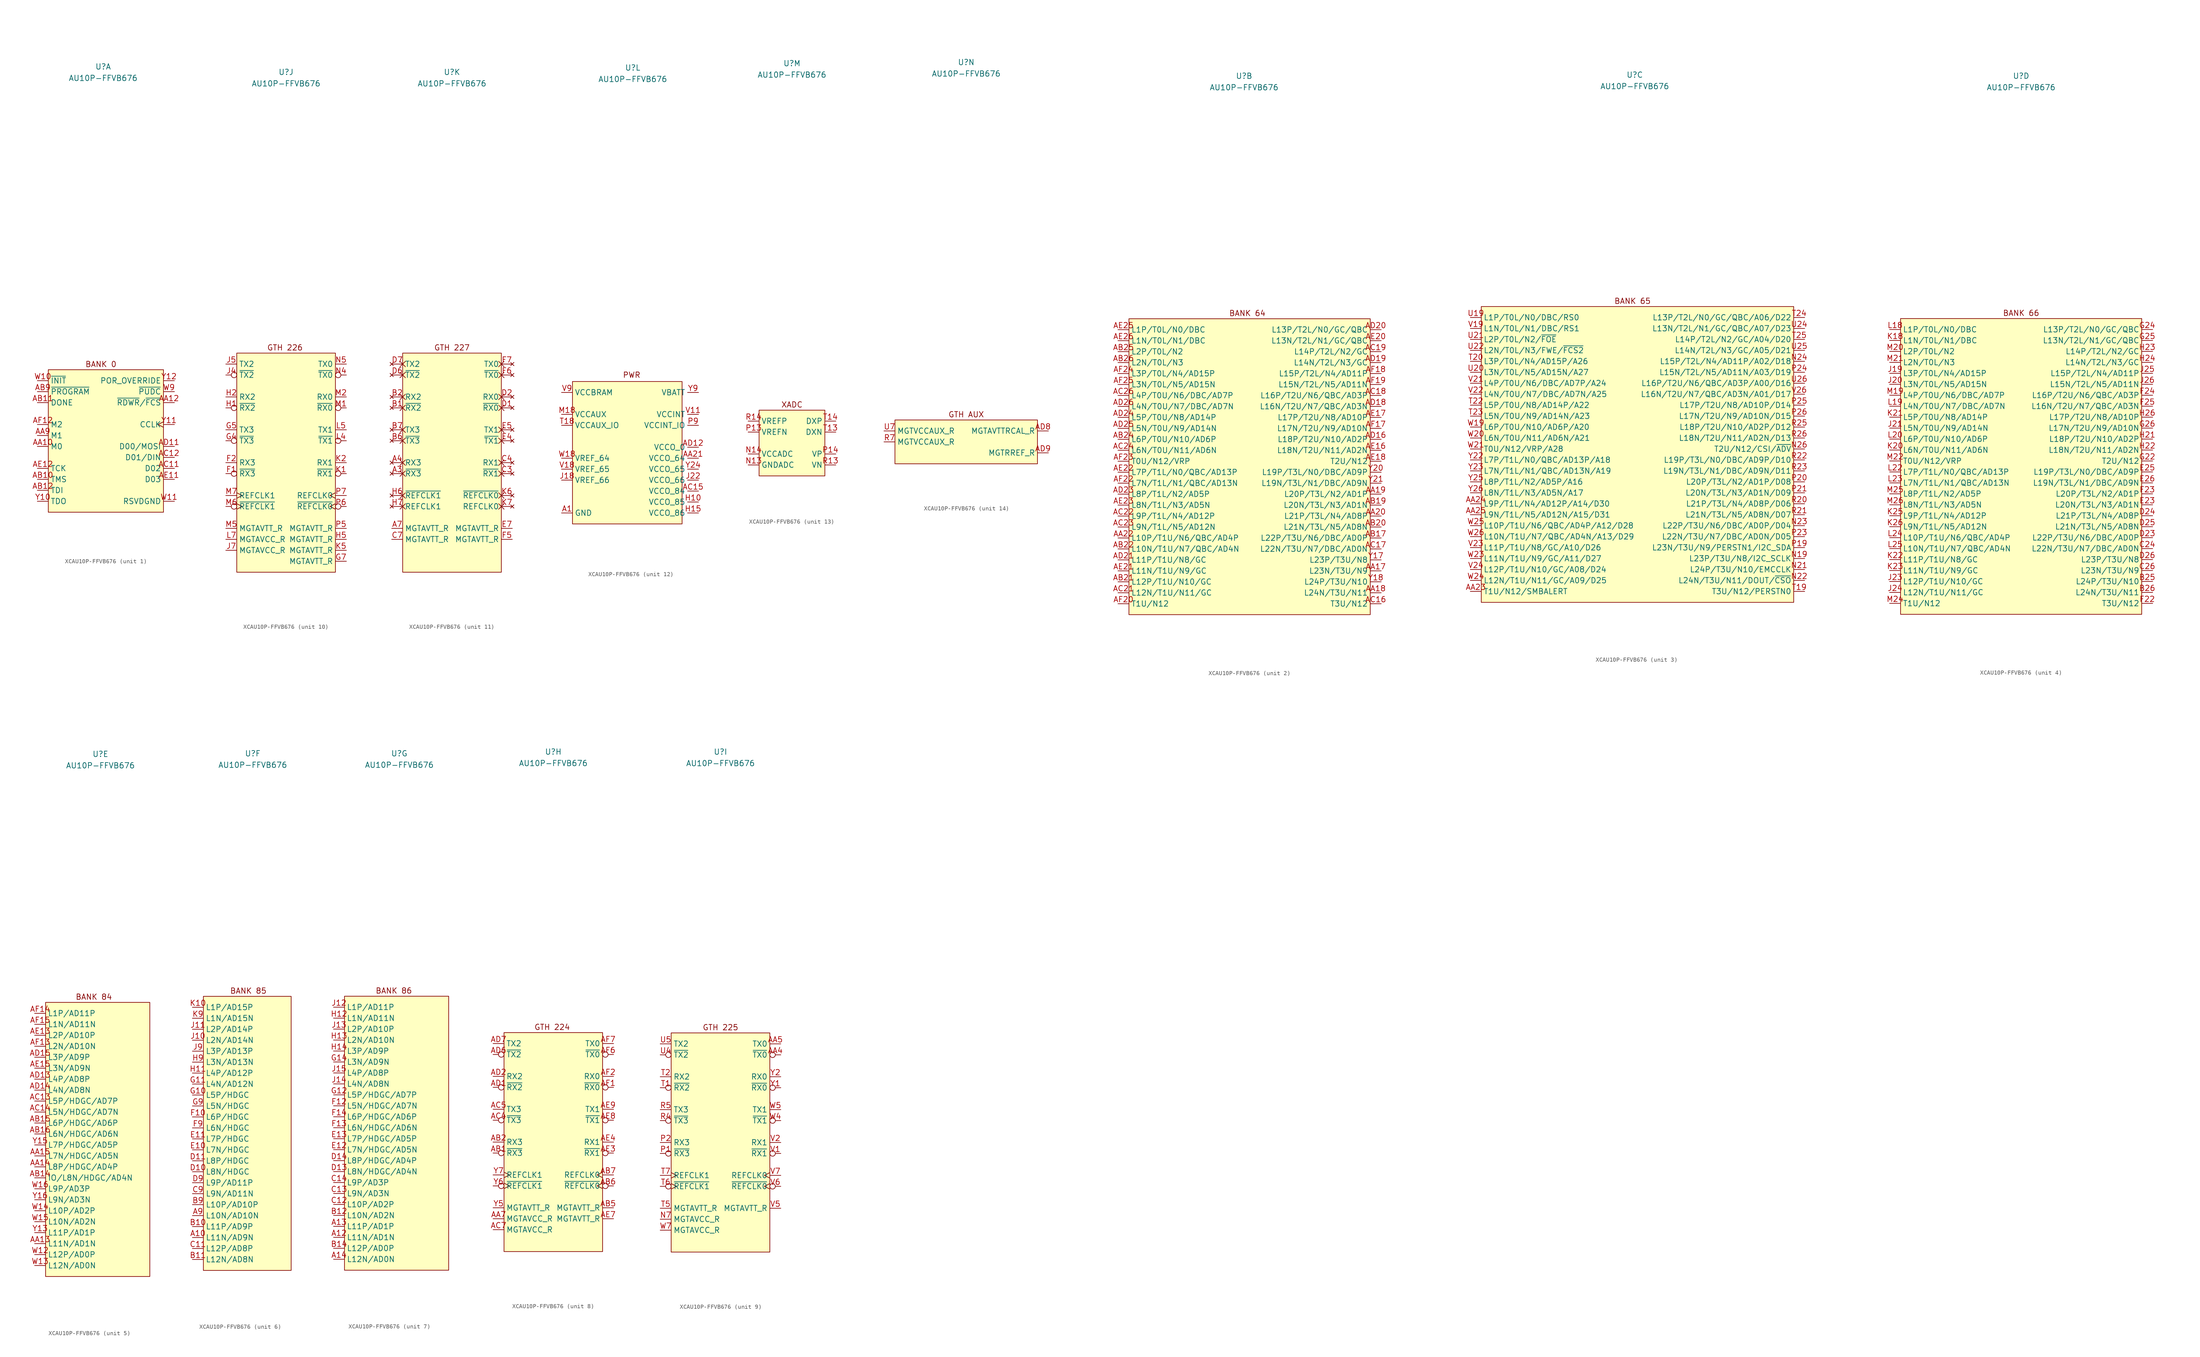
<source format=kicad_sym>
(kicad_symbol_lib
  (version 20241209)
  (generator "kicad_symbol_editor")
  (generator_version "9.0")
  (symbol "XCAU10P-FFVB676"
    (property "Reference" "U"
      (at 0 88 0)
      (effects (font (size 1.27 1.27))))
    (property "Value" "AU10P-FFVB676"
      (at 0 85.344 0)
      (effects (font (size 1.27 1.27))))
    (property "ki_locked" ""
      (at 0 0 0)
      (effects (font (size 1.27 1.27))))
    (symbol "XCAU10P-FFVB676_1_1"
      (rectangle (start -12.7 17.78) (end 13.97 -15.24) (stroke (width 0) (type solid)) (fill (type background)))
      (text "BANK 0" (at -0.508 19.05 0) (effects (font (size 1.27 1.27))))
      (pin open_collector line (at -15.24 15.24 0) (length 2.54) (name "~{INIT}" (effects (font (size 1.27 1.27)))) (number "W10" (effects (font (size 1.27 1.27)))))
      (pin input line (at -15.24 12.7 0) (length 2.54) (name "~{PROGRAM}" (effects (font (size 1.27 1.27)))) (number "AB9" (effects (font (size 1.27 1.27)))))
      (pin bidirectional line (at -15.24 10.16 0) (length 2.54) (name "DONE" (effects (font (size 1.27 1.27)))) (number "AB11" (effects (font (size 1.27 1.27)))))
      (pin input line (at -15.24 5.08 0) (length 2.54) (name "M2" (effects (font (size 1.27 1.27)))) (number "AF12" (effects (font (size 1.27 1.27)))))
      (pin input line (at -15.24 2.54 0) (length 2.54) (name "M1" (effects (font (size 1.27 1.27)))) (number "AA9" (effects (font (size 1.27 1.27)))))
      (pin input line (at -15.24 0 0) (length 2.54) (name "M0" (effects (font (size 1.27 1.27)))) (number "AA10" (effects (font (size 1.27 1.27)))))
      (pin input line (at -15.24 -5.08 0) (length 2.54) (name "TCK" (effects (font (size 1.27 1.27)))) (number "AE12" (effects (font (size 1.27 1.27)))))
      (pin input line (at -15.24 -7.62 0) (length 2.54) (name "TMS" (effects (font (size 1.27 1.27)))) (number "AB10" (effects (font (size 1.27 1.27)))))
      (pin input line (at -15.24 -10.16 0) (length 2.54) (name "TDI" (effects (font (size 1.27 1.27)))) (number "AB12" (effects (font (size 1.27 1.27)))))
      (pin output line (at -15.24 -12.7 0) (length 2.54) (name "TDO" (effects (font (size 1.27 1.27)))) (number "Y10" (effects (font (size 1.27 1.27)))))
      (pin input line (at 16.51 15.24 180) (length 2.54) (name "POR_OVERRIDE" (effects (font (size 1.27 1.27)))) (number "Y12" (effects (font (size 1.27 1.27)))))
      (pin input line (at 16.51 12.7 180) (length 2.54) (name "~{PUDC}" (effects (font (size 1.27 1.27)))) (number "W9" (effects (font (size 1.27 1.27)))))
      (pin bidirectional line (at 16.51 10.16 180) (length 2.54) (name "~{RDWR}/~{FCS}" (effects (font (size 1.27 1.27)))) (number "AA12" (effects (font (size 1.27 1.27)))))
      (pin bidirectional clock (at 16.51 5.08 180) (length 2.54) (name "CCLK" (effects (font (size 1.27 1.27)))) (number "Y11" (effects (font (size 1.27 1.27)))))
      (pin bidirectional line (at 16.51 0 180) (length 2.54) (name "D00/MOSI" (effects (font (size 1.27 1.27)))) (number "AD11" (effects (font (size 1.27 1.27)))))
      (pin bidirectional line (at 16.51 -2.54 180) (length 2.54) (name "D01/DIN" (effects (font (size 1.27 1.27)))) (number "AC12" (effects (font (size 1.27 1.27)))))
      (pin bidirectional line (at 16.51 -5.08 180) (length 2.54) (name "D02" (effects (font (size 1.27 1.27)))) (number "AC11" (effects (font (size 1.27 1.27)))))
      (pin bidirectional line (at 16.51 -7.62 180) (length 2.54) (name "D03" (effects (font (size 1.27 1.27)))) (number "AE11" (effects (font (size 1.27 1.27)))))
      (pin power_in line (at 16.51 -12.7 180) (length 2.54) (name "RSVDGND" (effects (font (size 1.27 1.27)))) (number "W11" (effects (font (size 1.27 1.27))))))
    (symbol "XCAU10P-FFVB676_2_1"
      (rectangle (start -26.67 31.75) (end 29.21 -36.83) (stroke (width 0) (type solid)) (fill (type background)))
      (text "BANK 64" (at 0.762 33.02 0) (effects (font (size 1.27 1.27))))
      (pin bidirectional line (at -29.21 29.21 0) (length 2.54) (name "L1P/T0L/N0/DBC" (effects (font (size 1.27 1.27)))) (number "AE25" (effects (font (size 1.27 1.27)))))
      (pin bidirectional line (at -29.21 26.67 0) (length 2.54) (name "L1N/T0L/N1/DBC" (effects (font (size 1.27 1.27)))) (number "AE26" (effects (font (size 1.27 1.27)))))
      (pin bidirectional line (at -29.21 24.13 0) (length 2.54) (name "L2P/T0L/N2" (effects (font (size 1.27 1.27)))) (number "AB25" (effects (font (size 1.27 1.27)))))
      (pin bidirectional line (at -29.21 21.59 0) (length 2.54) (name "L2N/T0L/N3" (effects (font (size 1.27 1.27)))) (number "AB26" (effects (font (size 1.27 1.27)))))
      (pin bidirectional line (at -29.21 19.05 0) (length 2.54) (name "L3P/T0L/N4/AD15P" (effects (font (size 1.27 1.27)))) (number "AF24" (effects (font (size 1.27 1.27)))))
      (pin bidirectional line (at -29.21 16.51 0) (length 2.54) (name "L3N/T0L/N5/AD15N" (effects (font (size 1.27 1.27)))) (number "AF25" (effects (font (size 1.27 1.27)))))
      (pin bidirectional line (at -29.21 13.97 0) (length 2.54) (name "L4P/T0U/N6/DBC/AD7P" (effects (font (size 1.27 1.27)))) (number "AC26" (effects (font (size 1.27 1.27)))))
      (pin bidirectional line (at -29.21 11.43 0) (length 2.54) (name "L4N/T0U/N7/DBC/AD7N" (effects (font (size 1.27 1.27)))) (number "AD26" (effects (font (size 1.27 1.27)))))
      (pin bidirectional line (at -29.21 8.89 0) (length 2.54) (name "L5P/T0U/N8/AD14P" (effects (font (size 1.27 1.27)))) (number "AD24" (effects (font (size 1.27 1.27)))))
      (pin bidirectional line (at -29.21 6.35 0) (length 2.54) (name "L5N/T0U/N9/AD14N" (effects (font (size 1.27 1.27)))) (number "AD25" (effects (font (size 1.27 1.27)))))
      (pin bidirectional line (at -29.21 3.81 0) (length 2.54) (name "L6P/T0U/N10/AD6P" (effects (font (size 1.27 1.27)))) (number "AB24" (effects (font (size 1.27 1.27)))))
      (pin bidirectional line (at -29.21 1.27 0) (length 2.54) (name "L6N/T0U/N11/AD6N" (effects (font (size 1.27 1.27)))) (number "AC24" (effects (font (size 1.27 1.27)))))
      (pin bidirectional line (at -29.21 -1.27 0) (length 2.54) (name "T0U/N12/VRP" (effects (font (size 1.27 1.27)))) (number "AF23" (effects (font (size 1.27 1.27)))))
      (pin bidirectional line (at -29.21 -3.81 0) (length 2.54) (name "L7P/T1L/N0/QBC/AD13P" (effects (font (size 1.27 1.27)))) (number "AE22" (effects (font (size 1.27 1.27)))))
      (pin bidirectional line (at -29.21 -6.35 0) (length 2.54) (name "L7N/T1L/N1/QBC/AD13N" (effects (font (size 1.27 1.27)))) (number "AF22" (effects (font (size 1.27 1.27)))))
      (pin bidirectional line (at -29.21 -8.89 0) (length 2.54) (name "L8P/T1L/N2/AD5P" (effects (font (size 1.27 1.27)))) (number "AD23" (effects (font (size 1.27 1.27)))))
      (pin bidirectional line (at -29.21 -11.43 0) (length 2.54) (name "L8N/T1L/N3/AD5N" (effects (font (size 1.27 1.27)))) (number "AE23" (effects (font (size 1.27 1.27)))))
      (pin bidirectional line (at -29.21 -13.97 0) (length 2.54) (name "L9P/T1L/N4/AD12P" (effects (font (size 1.27 1.27)))) (number "AC22" (effects (font (size 1.27 1.27)))))
      (pin bidirectional line (at -29.21 -16.51 0) (length 2.54) (name "L9N/T1L/N5/AD12N" (effects (font (size 1.27 1.27)))) (number "AC23" (effects (font (size 1.27 1.27)))))
      (pin bidirectional line (at -29.21 -19.05 0) (length 2.54) (name "L10P/T1U/N6/QBC/AD4P" (effects (font (size 1.27 1.27)))) (number "AA22" (effects (font (size 1.27 1.27)))))
      (pin bidirectional line (at -29.21 -21.59 0) (length 2.54) (name "L10N/T1U/N7/QBC/AD4N" (effects (font (size 1.27 1.27)))) (number "AB22" (effects (font (size 1.27 1.27)))))
      (pin bidirectional line (at -29.21 -24.13 0) (length 2.54) (name "L11P/T1U/N8/GC" (effects (font (size 1.27 1.27)))) (number "AD21" (effects (font (size 1.27 1.27)))))
      (pin bidirectional line (at -29.21 -26.67 0) (length 2.54) (name "L11N/T1U/N9/GC" (effects (font (size 1.27 1.27)))) (number "AE21" (effects (font (size 1.27 1.27)))))
      (pin bidirectional line (at -29.21 -29.21 0) (length 2.54) (name "L12P/T1U/N10/GC" (effects (font (size 1.27 1.27)))) (number "AB21" (effects (font (size 1.27 1.27)))))
      (pin bidirectional line (at -29.21 -31.75 0) (length 2.54) (name "L12N/T1U/N11/GC" (effects (font (size 1.27 1.27)))) (number "AC21" (effects (font (size 1.27 1.27)))))
      (pin bidirectional line (at -29.21 -34.29 0) (length 2.54) (name "T1U/N12" (effects (font (size 1.27 1.27)))) (number "AF20" (effects (font (size 1.27 1.27)))))
      (pin bidirectional line (at 31.75 29.21 180) (length 2.54) (name "L13P/T2L/N0/GC/QBC" (effects (font (size 1.27 1.27)))) (number "AD20" (effects (font (size 1.27 1.27)))))
      (pin bidirectional line (at 31.75 26.67 180) (length 2.54) (name "L13N/T2L/N1/GC/QBC" (effects (font (size 1.27 1.27)))) (number "AE20" (effects (font (size 1.27 1.27)))))
      (pin bidirectional line (at 31.75 24.13 180) (length 2.54) (name "L14P/T2L/N2/GC" (effects (font (size 1.27 1.27)))) (number "AC19" (effects (font (size 1.27 1.27)))))
      (pin bidirectional line (at 31.75 21.59 180) (length 2.54) (name "L14N/T2L/N3/GC" (effects (font (size 1.27 1.27)))) (number "AD19" (effects (font (size 1.27 1.27)))))
      (pin bidirectional line (at 31.75 19.05 180) (length 2.54) (name "L15P/T2L/N4/AD11P" (effects (font (size 1.27 1.27)))) (number "AF18" (effects (font (size 1.27 1.27)))))
      (pin bidirectional line (at 31.75 16.51 180) (length 2.54) (name "L15N/T2L/N5/AD11N" (effects (font (size 1.27 1.27)))) (number "AF19" (effects (font (size 1.27 1.27)))))
      (pin bidirectional line (at 31.75 13.97 180) (length 2.54) (name "L16P/T2U/N6/QBC/AD3P" (effects (font (size 1.27 1.27)))) (number "AC18" (effects (font (size 1.27 1.27)))))
      (pin bidirectional line (at 31.75 11.43 180) (length 2.54) (name "L16N/T2U/N7/QBC/AD3N" (effects (font (size 1.27 1.27)))) (number "AD18" (effects (font (size 1.27 1.27)))))
      (pin bidirectional line (at 31.75 8.89 180) (length 2.54) (name "L17P/T2U/N8/AD10P" (effects (font (size 1.27 1.27)))) (number "AE17" (effects (font (size 1.27 1.27)))))
      (pin bidirectional line (at 31.75 6.35 180) (length 2.54) (name "L17N/T2U/N9/AD10N" (effects (font (size 1.27 1.27)))) (number "AF17" (effects (font (size 1.27 1.27)))))
      (pin bidirectional line (at 31.75 3.81 180) (length 2.54) (name "L18P/T2U/N10/AD2P" (effects (font (size 1.27 1.27)))) (number "AD16" (effects (font (size 1.27 1.27)))))
      (pin bidirectional line (at 31.75 1.27 180) (length 2.54) (name "L18N/T2U/N11/AD2N" (effects (font (size 1.27 1.27)))) (number "AE16" (effects (font (size 1.27 1.27)))))
      (pin bidirectional line (at 31.75 -1.27 180) (length 2.54) (name "T2U/N12" (effects (font (size 1.27 1.27)))) (number "AE18" (effects (font (size 1.27 1.27)))))
      (pin bidirectional line (at 31.75 -3.81 180) (length 2.54) (name "L19P/T3L/N0/DBC/AD9P" (effects (font (size 1.27 1.27)))) (number "Y20" (effects (font (size 1.27 1.27)))))
      (pin bidirectional line (at 31.75 -6.35 180) (length 2.54) (name "L19N/T3L/N1/DBC/AD9N" (effects (font (size 1.27 1.27)))) (number "Y21" (effects (font (size 1.27 1.27)))))
      (pin bidirectional line (at 31.75 -8.89 180) (length 2.54) (name "L20P/T3L/N2/AD1P" (effects (font (size 1.27 1.27)))) (number "AA19" (effects (font (size 1.27 1.27)))))
      (pin bidirectional line (at 31.75 -11.43 180) (length 2.54) (name "L20N/T3L/N3/AD1N" (effects (font (size 1.27 1.27)))) (number "AB19" (effects (font (size 1.27 1.27)))))
      (pin bidirectional line (at 31.75 -13.97 180) (length 2.54) (name "L21P/T3L/N4/AD8P" (effects (font (size 1.27 1.27)))) (number "AA20" (effects (font (size 1.27 1.27)))))
      (pin bidirectional line (at 31.75 -16.51 180) (length 2.54) (name "L21N/T3L/N5/AD8N" (effects (font (size 1.27 1.27)))) (number "AB20" (effects (font (size 1.27 1.27)))))
      (pin bidirectional line (at 31.75 -19.05 180) (length 2.54) (name "L22P/T3U/N6/DBC/AD0P" (effects (font (size 1.27 1.27)))) (number "AB17" (effects (font (size 1.27 1.27)))))
      (pin bidirectional line (at 31.75 -21.59 180) (length 2.54) (name "L22N/T3U/N7/DBC/AD0N" (effects (font (size 1.27 1.27)))) (number "AC17" (effects (font (size 1.27 1.27)))))
      (pin bidirectional line (at 31.75 -24.13 180) (length 2.54) (name "L23P/T3U/N8" (effects (font (size 1.27 1.27)))) (number "Y17" (effects (font (size 1.27 1.27)))))
      (pin bidirectional line (at 31.75 -26.67 180) (length 2.54) (name "L23N/T3U/N9" (effects (font (size 1.27 1.27)))) (number "AA17" (effects (font (size 1.27 1.27)))))
      (pin bidirectional line (at 31.75 -29.21 180) (length 2.54) (name "L24P/T3U/N10" (effects (font (size 1.27 1.27)))) (number "Y18" (effects (font (size 1.27 1.27)))))
      (pin bidirectional line (at 31.75 -31.75 180) (length 2.54) (name "L24N/T3U/N11" (effects (font (size 1.27 1.27)))) (number "AA18" (effects (font (size 1.27 1.27)))))
      (pin bidirectional line (at 31.75 -34.29 180) (length 2.54) (name "T3U/N12" (effects (font (size 1.27 1.27)))) (number "AC16" (effects (font (size 1.27 1.27))))))
    (symbol "XCAU10P-FFVB676_3_1"
      (rectangle (start -35.56 34.29) (end 36.83 -34.29) (stroke (width 0) (type solid)) (fill (type background)))
      (text "BANK 65" (at -0.508 35.56 0) (effects (font (size 1.27 1.27))))
      (pin bidirectional line (at -38.1 31.75 0) (length 2.54) (name "L1P/T0L/N0/DBC/RS0" (effects (font (size 1.27 1.27)))) (number "U19" (effects (font (size 1.27 1.27)))))
      (pin bidirectional line (at -38.1 29.21 0) (length 2.54) (name "L1N/T0L/N1/DBC/RS1" (effects (font (size 1.27 1.27)))) (number "V19" (effects (font (size 1.27 1.27)))))
      (pin bidirectional line (at -38.1 26.67 0) (length 2.54) (name "L2P/T0L/N2/~{FOE}" (effects (font (size 1.27 1.27)))) (number "U21" (effects (font (size 1.27 1.27)))))
      (pin bidirectional line (at -38.1 24.13 0) (length 2.54) (name "L2N/T0L/N3/FWE/~{FCS2}" (effects (font (size 1.27 1.27)))) (number "U22" (effects (font (size 1.27 1.27)))))
      (pin bidirectional line (at -38.1 21.59 0) (length 2.54) (name "L3P/T0L/N4/AD15P/A26" (effects (font (size 1.27 1.27)))) (number "T20" (effects (font (size 1.27 1.27)))))
      (pin bidirectional line (at -38.1 19.05 0) (length 2.54) (name "L3N/T0L/N5/AD15N/A27" (effects (font (size 1.27 1.27)))) (number "U20" (effects (font (size 1.27 1.27)))))
      (pin bidirectional line (at -38.1 16.51 0) (length 2.54) (name "L4P/T0U/N6/DBC/AD7P/A24" (effects (font (size 1.27 1.27)))) (number "V21" (effects (font (size 1.27 1.27)))))
      (pin bidirectional line (at -38.1 13.97 0) (length 2.54) (name "L4N/T0U/N7/DBC/AD7N/A25" (effects (font (size 1.27 1.27)))) (number "V22" (effects (font (size 1.27 1.27)))))
      (pin bidirectional line (at -38.1 11.43 0) (length 2.54) (name "L5P/T0U/N8/AD14P/A22" (effects (font (size 1.27 1.27)))) (number "T22" (effects (font (size 1.27 1.27)))))
      (pin bidirectional line (at -38.1 8.89 0) (length 2.54) (name "L5N/T0U/N9/AD14N/A23" (effects (font (size 1.27 1.27)))) (number "T23" (effects (font (size 1.27 1.27)))))
      (pin bidirectional line (at -38.1 6.35 0) (length 2.54) (name "L6P/T0U/N10/AD6P/A20" (effects (font (size 1.27 1.27)))) (number "W19" (effects (font (size 1.27 1.27)))))
      (pin bidirectional line (at -38.1 3.81 0) (length 2.54) (name "L6N/T0U/N11/AD6N/A21" (effects (font (size 1.27 1.27)))) (number "W20" (effects (font (size 1.27 1.27)))))
      (pin bidirectional line (at -38.1 1.27 0) (length 2.54) (name "T0U/N12/VRP/A28" (effects (font (size 1.27 1.27)))) (number "W21" (effects (font (size 1.27 1.27)))))
      (pin bidirectional line (at -38.1 -1.27 0) (length 2.54) (name "L7P/T1L/N0/QBC/AD13P/A18" (effects (font (size 1.27 1.27)))) (number "Y22" (effects (font (size 1.27 1.27)))))
      (pin bidirectional line (at -38.1 -3.81 0) (length 2.54) (name "L7N/T1L/N1/QBC/AD13N/A19" (effects (font (size 1.27 1.27)))) (number "Y23" (effects (font (size 1.27 1.27)))))
      (pin bidirectional line (at -38.1 -6.35 0) (length 2.54) (name "L8P/T1L/N2/AD5P/A16" (effects (font (size 1.27 1.27)))) (number "Y25" (effects (font (size 1.27 1.27)))))
      (pin bidirectional line (at -38.1 -8.89 0) (length 2.54) (name "L8N/T1L/N3/AD5N/A17" (effects (font (size 1.27 1.27)))) (number "Y26" (effects (font (size 1.27 1.27)))))
      (pin bidirectional line (at -38.1 -11.43 0) (length 2.54) (name "L9P/T1L/N4/AD12P/A14/D30" (effects (font (size 1.27 1.27)))) (number "AA24" (effects (font (size 1.27 1.27)))))
      (pin bidirectional line (at -38.1 -13.97 0) (length 2.54) (name "L9N/T1L/N5/AD12N/A15/D31" (effects (font (size 1.27 1.27)))) (number "AA25" (effects (font (size 1.27 1.27)))))
      (pin bidirectional line (at -38.1 -16.51 0) (length 2.54) (name "L10P/T1U/N6/QBC/AD4P/A12/D28" (effects (font (size 1.27 1.27)))) (number "W25" (effects (font (size 1.27 1.27)))))
      (pin bidirectional line (at -38.1 -19.05 0) (length 2.54) (name "L10N/T1U/N7/QBC/AD4N/A13/D29" (effects (font (size 1.27 1.27)))) (number "W26" (effects (font (size 1.27 1.27)))))
      (pin bidirectional line (at -38.1 -21.59 0) (length 2.54) (name "L11P/T1U/N8/GC/A10/D26" (effects (font (size 1.27 1.27)))) (number "V23" (effects (font (size 1.27 1.27)))))
      (pin bidirectional line (at -38.1 -24.13 0) (length 2.54) (name "L11N/T1U/N9/GC/A11/D27" (effects (font (size 1.27 1.27)))) (number "W23" (effects (font (size 1.27 1.27)))))
      (pin bidirectional line (at -38.1 -26.67 0) (length 2.54) (name "L12P/T1U/N10/GC/A08/D24" (effects (font (size 1.27 1.27)))) (number "V24" (effects (font (size 1.27 1.27)))))
      (pin bidirectional line (at -38.1 -29.21 0) (length 2.54) (name "L12N/T1U/N11/GC/A09/D25" (effects (font (size 1.27 1.27)))) (number "W24" (effects (font (size 1.27 1.27)))))
      (pin bidirectional line (at -38.1 -31.75 0) (length 2.54) (name "T1U/N12/SMBALERT" (effects (font (size 1.27 1.27)))) (number "AA23" (effects (font (size 1.27 1.27)))))
      (pin bidirectional line (at 39.37 31.75 180) (length 2.54) (name "L13P/T2L/N0/GC/QBC/A06/D22" (effects (font (size 1.27 1.27)))) (number "T24" (effects (font (size 1.27 1.27)))))
      (pin bidirectional line (at 39.37 29.21 180) (length 2.54) (name "L13N/T2L/N1/GC/QBC/A07/D23" (effects (font (size 1.27 1.27)))) (number "U24" (effects (font (size 1.27 1.27)))))
      (pin bidirectional line (at 39.37 26.67 180) (length 2.54) (name "L14P/T2L/N2/GC/A04/D20" (effects (font (size 1.27 1.27)))) (number "T25" (effects (font (size 1.27 1.27)))))
      (pin bidirectional line (at 39.37 24.13 180) (length 2.54) (name "L14N/T2L/N3/GC/A05/D21" (effects (font (size 1.27 1.27)))) (number "U25" (effects (font (size 1.27 1.27)))))
      (pin bidirectional line (at 39.37 21.59 180) (length 2.54) (name "L15P/T2L/N4/AD11P/A02/D18" (effects (font (size 1.27 1.27)))) (number "N24" (effects (font (size 1.27 1.27)))))
      (pin bidirectional line (at 39.37 19.05 180) (length 2.54) (name "L15N/T2L/N5/AD11N/A03/D19" (effects (font (size 1.27 1.27)))) (number "P24" (effects (font (size 1.27 1.27)))))
      (pin bidirectional line (at 39.37 16.51 180) (length 2.54) (name "L16P/T2U/N6/QBC/AD3P/A00/D16" (effects (font (size 1.27 1.27)))) (number "U26" (effects (font (size 1.27 1.27)))))
      (pin bidirectional line (at 39.37 13.97 180) (length 2.54) (name "L16N/T2U/N7/QBC/AD3N/A01/D17" (effects (font (size 1.27 1.27)))) (number "V26" (effects (font (size 1.27 1.27)))))
      (pin bidirectional line (at 39.37 11.43 180) (length 2.54) (name "L17P/T2U/N8/AD10P/D14" (effects (font (size 1.27 1.27)))) (number "P25" (effects (font (size 1.27 1.27)))))
      (pin bidirectional line (at 39.37 8.89 180) (length 2.54) (name "L17N/T2U/N9/AD10N/D15" (effects (font (size 1.27 1.27)))) (number "P26" (effects (font (size 1.27 1.27)))))
      (pin bidirectional line (at 39.37 6.35 180) (length 2.54) (name "L18P/T2U/N10/AD2P/D12" (effects (font (size 1.27 1.27)))) (number "R25" (effects (font (size 1.27 1.27)))))
      (pin bidirectional line (at 39.37 3.81 180) (length 2.54) (name "L18N/T2U/N11/AD2N/D13" (effects (font (size 1.27 1.27)))) (number "R26" (effects (font (size 1.27 1.27)))))
      (pin bidirectional line (at 39.37 1.27 180) (length 2.54) (name "T2U/N12/CSI/~{ADV}" (effects (font (size 1.27 1.27)))) (number "N26" (effects (font (size 1.27 1.27)))))
      (pin bidirectional line (at 39.37 -1.27 180) (length 2.54) (name "L19P/T3L/N0/DBC/AD9P/D10" (effects (font (size 1.27 1.27)))) (number "R22" (effects (font (size 1.27 1.27)))))
      (pin bidirectional line (at 39.37 -3.81 180) (length 2.54) (name "L19N/T3L/N1/DBC/AD9N/D11" (effects (font (size 1.27 1.27)))) (number "R23" (effects (font (size 1.27 1.27)))))
      (pin bidirectional line (at 39.37 -6.35 180) (length 2.54) (name "L20P/T3L/N2/AD1P/D08" (effects (font (size 1.27 1.27)))) (number "P20" (effects (font (size 1.27 1.27)))))
      (pin bidirectional line (at 39.37 -8.89 180) (length 2.54) (name "L20N/T3L/N3/AD1N/D09" (effects (font (size 1.27 1.27)))) (number "P21" (effects (font (size 1.27 1.27)))))
      (pin bidirectional line (at 39.37 -11.43 180) (length 2.54) (name "L21P/T3L/N4/AD8P/D06" (effects (font (size 1.27 1.27)))) (number "R20" (effects (font (size 1.27 1.27)))))
      (pin bidirectional line (at 39.37 -13.97 180) (length 2.54) (name "L21N/T3L/N5/AD8N/D07" (effects (font (size 1.27 1.27)))) (number "R21" (effects (font (size 1.27 1.27)))))
      (pin bidirectional line (at 39.37 -16.51 180) (length 2.54) (name "L22P/T3U/N6/DBC/AD0P/D04" (effects (font (size 1.27 1.27)))) (number "N23" (effects (font (size 1.27 1.27)))))
      (pin bidirectional line (at 39.37 -19.05 180) (length 2.54) (name "L22N/T3U/N7/DBC/AD0N/D05" (effects (font (size 1.27 1.27)))) (number "P23" (effects (font (size 1.27 1.27)))))
      (pin bidirectional line (at 39.37 -21.59 180) (length 2.54) (name "L23N/T3U/N9/PERSTN1/I2C_SDA" (effects (font (size 1.27 1.27)))) (number "P19" (effects (font (size 1.27 1.27)))))
      (pin bidirectional line (at 39.37 -24.13 180) (length 2.54) (name "L23P/T3U/N8/I2C_SCLK" (effects (font (size 1.27 1.27)))) (number "N19" (effects (font (size 1.27 1.27)))))
      (pin bidirectional line (at 39.37 -26.67 180) (length 2.54) (name "L24P/T3U/N10/EMCCLK" (effects (font (size 1.27 1.27)))) (number "N21" (effects (font (size 1.27 1.27)))))
      (pin bidirectional line (at 39.37 -29.21 180) (length 2.54) (name "L24N/T3U/N11/DOUT/~{CSO}" (effects (font (size 1.27 1.27)))) (number "N22" (effects (font (size 1.27 1.27)))))
      (pin bidirectional line (at 39.37 -31.75 180) (length 2.54) (name "T3U/N12/PERSTN0" (effects (font (size 1.27 1.27)))) (number "T19" (effects (font (size 1.27 1.27))))))
    (symbol "XCAU10P-FFVB676_4_1"
      (rectangle (start -27.94 31.75) (end 27.94 -36.83) (stroke (width 0) (type solid)) (fill (type background)))
      (text "BANK 66" (at 0 33.02 0) (effects (font (size 1.27 1.27))))
      (pin bidirectional line (at -30.48 29.21 0) (length 2.54) (name "L1P/T0L/N0/DBC" (effects (font (size 1.27 1.27)))) (number "L18" (effects (font (size 1.27 1.27)))))
      (pin bidirectional line (at -30.48 26.67 0) (length 2.54) (name "L1N/T0L/N1/DBC" (effects (font (size 1.27 1.27)))) (number "K18" (effects (font (size 1.27 1.27)))))
      (pin bidirectional line (at -30.48 24.13 0) (length 2.54) (name "L2P/T0L/N2" (effects (font (size 1.27 1.27)))) (number "M20" (effects (font (size 1.27 1.27)))))
      (pin bidirectional line (at -30.48 21.59 0) (length 2.54) (name "L2N/T0L/N3" (effects (font (size 1.27 1.27)))) (number "M21" (effects (font (size 1.27 1.27)))))
      (pin bidirectional line (at -30.48 19.05 0) (length 2.54) (name "L3P/T0L/N4/AD15P" (effects (font (size 1.27 1.27)))) (number "J19" (effects (font (size 1.27 1.27)))))
      (pin bidirectional line (at -30.48 16.51 0) (length 2.54) (name "L3N/T0L/N5/AD15N" (effects (font (size 1.27 1.27)))) (number "J20" (effects (font (size 1.27 1.27)))))
      (pin bidirectional line (at -30.48 13.97 0) (length 2.54) (name "L4P/T0U/N6/DBC/AD7P" (effects (font (size 1.27 1.27)))) (number "M19" (effects (font (size 1.27 1.27)))))
      (pin bidirectional line (at -30.48 11.43 0) (length 2.54) (name "L4N/T0U/N7/DBC/AD7N" (effects (font (size 1.27 1.27)))) (number "L19" (effects (font (size 1.27 1.27)))))
      (pin bidirectional line (at -30.48 8.89 0) (length 2.54) (name "L5P/T0U/N8/AD14P" (effects (font (size 1.27 1.27)))) (number "K21" (effects (font (size 1.27 1.27)))))
      (pin bidirectional line (at -30.48 6.35 0) (length 2.54) (name "L5N/T0U/N9/AD14N" (effects (font (size 1.27 1.27)))) (number "J21" (effects (font (size 1.27 1.27)))))
      (pin bidirectional line (at -30.48 3.81 0) (length 2.54) (name "L6P/T0U/N10/AD6P" (effects (font (size 1.27 1.27)))) (number "L20" (effects (font (size 1.27 1.27)))))
      (pin bidirectional line (at -30.48 1.27 0) (length 2.54) (name "L6N/T0U/N11/AD6N" (effects (font (size 1.27 1.27)))) (number "K20" (effects (font (size 1.27 1.27)))))
      (pin bidirectional line (at -30.48 -1.27 0) (length 2.54) (name "T0U/N12/VRP" (effects (font (size 1.27 1.27)))) (number "M22" (effects (font (size 1.27 1.27)))))
      (pin bidirectional line (at -30.48 -3.81 0) (length 2.54) (name "L7P/T1L/N0/QBC/AD13P" (effects (font (size 1.27 1.27)))) (number "L22" (effects (font (size 1.27 1.27)))))
      (pin bidirectional line (at -30.48 -6.35 0) (length 2.54) (name "L7N/T1L/N1/QBC/AD13N" (effects (font (size 1.27 1.27)))) (number "L23" (effects (font (size 1.27 1.27)))))
      (pin bidirectional line (at -30.48 -8.89 0) (length 2.54) (name "L8P/T1L/N2/AD5P" (effects (font (size 1.27 1.27)))) (number "M25" (effects (font (size 1.27 1.27)))))
      (pin bidirectional line (at -30.48 -11.43 0) (length 2.54) (name "L8N/T1L/N3/AD5N" (effects (font (size 1.27 1.27)))) (number "M26" (effects (font (size 1.27 1.27)))))
      (pin bidirectional line (at -30.48 -13.97 0) (length 2.54) (name "L9P/T1L/N4/AD12P" (effects (font (size 1.27 1.27)))) (number "K25" (effects (font (size 1.27 1.27)))))
      (pin bidirectional line (at -30.48 -16.51 0) (length 2.54) (name "L9N/T1L/N5/AD12N" (effects (font (size 1.27 1.27)))) (number "K26" (effects (font (size 1.27 1.27)))))
      (pin bidirectional line (at -30.48 -19.05 0) (length 2.54) (name "L10P/T1U/N6/QBC/AD4P" (effects (font (size 1.27 1.27)))) (number "L24" (effects (font (size 1.27 1.27)))))
      (pin bidirectional line (at -30.48 -21.59 0) (length 2.54) (name "L10N/T1U/N7/QBC/AD4N" (effects (font (size 1.27 1.27)))) (number "L25" (effects (font (size 1.27 1.27)))))
      (pin bidirectional line (at -30.48 -24.13 0) (length 2.54) (name "L11P/T1U/N8/GC" (effects (font (size 1.27 1.27)))) (number "K22" (effects (font (size 1.27 1.27)))))
      (pin bidirectional line (at -30.48 -26.67 0) (length 2.54) (name "L11N/T1U/N9/GC" (effects (font (size 1.27 1.27)))) (number "K23" (effects (font (size 1.27 1.27)))))
      (pin bidirectional line (at -30.48 -29.21 0) (length 2.54) (name "L12P/T1U/N10/GC" (effects (font (size 1.27 1.27)))) (number "J23" (effects (font (size 1.27 1.27)))))
      (pin bidirectional line (at -30.48 -31.75 0) (length 2.54) (name "L12N/T1U/N11/GC" (effects (font (size 1.27 1.27)))) (number "J24" (effects (font (size 1.27 1.27)))))
      (pin bidirectional line (at -30.48 -34.29 0) (length 2.54) (name "T1U/N12" (effects (font (size 1.27 1.27)))) (number "M24" (effects (font (size 1.27 1.27)))))
      (pin bidirectional line (at 30.48 29.21 180) (length 2.54) (name "L13P/T2L/N0/GC/QBC" (effects (font (size 1.27 1.27)))) (number "G24" (effects (font (size 1.27 1.27)))))
      (pin bidirectional line (at 30.48 26.67 180) (length 2.54) (name "L13N/T2L/N1/GC/QBC" (effects (font (size 1.27 1.27)))) (number "G25" (effects (font (size 1.27 1.27)))))
      (pin bidirectional line (at 30.48 24.13 180) (length 2.54) (name "L14P/T2L/N2/GC" (effects (font (size 1.27 1.27)))) (number "H23" (effects (font (size 1.27 1.27)))))
      (pin bidirectional line (at 30.48 21.59 180) (length 2.54) (name "L14N/T2L/N3/GC" (effects (font (size 1.27 1.27)))) (number "H24" (effects (font (size 1.27 1.27)))))
      (pin bidirectional line (at 30.48 19.05 180) (length 2.54) (name "L15P/T2L/N4/AD11P" (effects (font (size 1.27 1.27)))) (number "J25" (effects (font (size 1.27 1.27)))))
      (pin bidirectional line (at 30.48 16.51 180) (length 2.54) (name "L15N/T2L/N5/AD11N" (effects (font (size 1.27 1.27)))) (number "J26" (effects (font (size 1.27 1.27)))))
      (pin bidirectional line (at 30.48 13.97 180) (length 2.54) (name "L16P/T2U/N6/QBC/AD3P" (effects (font (size 1.27 1.27)))) (number "F24" (effects (font (size 1.27 1.27)))))
      (pin bidirectional line (at 30.48 11.43 180) (length 2.54) (name "L16N/T2U/N7/QBC/AD3N" (effects (font (size 1.27 1.27)))) (number "F25" (effects (font (size 1.27 1.27)))))
      (pin bidirectional line (at 30.48 8.89 180) (length 2.54) (name "L17P/T2U/N8/AD10P" (effects (font (size 1.27 1.27)))) (number "H26" (effects (font (size 1.27 1.27)))))
      (pin bidirectional line (at 30.48 6.35 180) (length 2.54) (name "L17N/T2U/N9/AD10N" (effects (font (size 1.27 1.27)))) (number "G26" (effects (font (size 1.27 1.27)))))
      (pin bidirectional line (at 30.48 3.81 180) (length 2.54) (name "L18P/T2U/N10/AD2P" (effects (font (size 1.27 1.27)))) (number "H21" (effects (font (size 1.27 1.27)))))
      (pin bidirectional line (at 30.48 1.27 180) (length 2.54) (name "L18N/T2U/N11/AD2N" (effects (font (size 1.27 1.27)))) (number "H22" (effects (font (size 1.27 1.27)))))
      (pin bidirectional line (at 30.48 -1.27 180) (length 2.54) (name "T2U/N12" (effects (font (size 1.27 1.27)))) (number "G22" (effects (font (size 1.27 1.27)))))
      (pin bidirectional line (at 30.48 -3.81 180) (length 2.54) (name "L19P/T3L/N0/DBC/AD9P" (effects (font (size 1.27 1.27)))) (number "E25" (effects (font (size 1.27 1.27)))))
      (pin bidirectional line (at 30.48 -6.35 180) (length 2.54) (name "L19N/T3L/N1/DBC/AD9N" (effects (font (size 1.27 1.27)))) (number "E26" (effects (font (size 1.27 1.27)))))
      (pin bidirectional line (at 30.48 -8.89 180) (length 2.54) (name "L20P/T3L/N2/AD1P" (effects (font (size 1.27 1.27)))) (number "F23" (effects (font (size 1.27 1.27)))))
      (pin bidirectional line (at 30.48 -11.43 180) (length 2.54) (name "L20N/T3L/N3/AD1N" (effects (font (size 1.27 1.27)))) (number "E23" (effects (font (size 1.27 1.27)))))
      (pin bidirectional line (at 30.48 -13.97 180) (length 2.54) (name "L21P/T3L/N4/AD8P" (effects (font (size 1.27 1.27)))) (number "D24" (effects (font (size 1.27 1.27)))))
      (pin bidirectional line (at 30.48 -16.51 180) (length 2.54) (name "L21N/T3L/N5/AD8N" (effects (font (size 1.27 1.27)))) (number "D25" (effects (font (size 1.27 1.27)))))
      (pin bidirectional line (at 30.48 -19.05 180) (length 2.54) (name "L22P/T3U/N6/DBC/AD0P" (effects (font (size 1.27 1.27)))) (number "D23" (effects (font (size 1.27 1.27)))))
      (pin bidirectional line (at 30.48 -21.59 180) (length 2.54) (name "L22N/T3U/N7/DBC/AD0N" (effects (font (size 1.27 1.27)))) (number "C24" (effects (font (size 1.27 1.27)))))
      (pin bidirectional line (at 30.48 -24.13 180) (length 2.54) (name "L23P/T3U/N8" (effects (font (size 1.27 1.27)))) (number "D26" (effects (font (size 1.27 1.27)))))
      (pin bidirectional line (at 30.48 -26.67 180) (length 2.54) (name "L23N/T3U/N9" (effects (font (size 1.27 1.27)))) (number "C26" (effects (font (size 1.27 1.27)))))
      (pin bidirectional line (at 30.48 -29.21 180) (length 2.54) (name "L24P/T3U/N10" (effects (font (size 1.27 1.27)))) (number "B25" (effects (font (size 1.27 1.27)))))
      (pin bidirectional line (at 30.48 -31.75 180) (length 2.54) (name "L24N/T3U/N11" (effects (font (size 1.27 1.27)))) (number "B26" (effects (font (size 1.27 1.27)))))
      (pin bidirectional line (at 30.48 -34.29 180) (length 2.54) (name "T3U/N12" (effects (font (size 1.27 1.27)))) (number "F22" (effects (font (size 1.27 1.27))))))
    (symbol "XCAU10P-FFVB676_5_1"
      (rectangle (start -12.7 30.48) (end 11.43 -33.02) (stroke (width 0) (type solid)) (fill (type background)))
      (text "BANK 84" (at -1.524 31.75 0) (effects (font (size 1.27 1.27))))
      (pin bidirectional line (at -15.24 27.94 0) (length 2.54) (name "L1P/AD11P" (effects (font (size 1.27 1.27)))) (number "AF14" (effects (font (size 1.27 1.27)))))
      (pin bidirectional line (at -15.24 25.4 0) (length 2.54) (name "L1N/AD11N" (effects (font (size 1.27 1.27)))) (number "AF15" (effects (font (size 1.27 1.27)))))
      (pin bidirectional line (at -15.24 22.86 0) (length 2.54) (name "L2P/AD10P" (effects (font (size 1.27 1.27)))) (number "AE13" (effects (font (size 1.27 1.27)))))
      (pin bidirectional line (at -15.24 20.32 0) (length 2.54) (name "L2N/AD10N" (effects (font (size 1.27 1.27)))) (number "AF13" (effects (font (size 1.27 1.27)))))
      (pin bidirectional line (at -15.24 17.78 0) (length 2.54) (name "L3P/AD9P" (effects (font (size 1.27 1.27)))) (number "AD15" (effects (font (size 1.27 1.27)))))
      (pin bidirectional line (at -15.24 15.24 0) (length 2.54) (name "L3N/AD9N" (effects (font (size 1.27 1.27)))) (number "AE15" (effects (font (size 1.27 1.27)))))
      (pin bidirectional line (at -15.24 12.7 0) (length 2.54) (name "L4P/AD8P" (effects (font (size 1.27 1.27)))) (number "AD13" (effects (font (size 1.27 1.27)))))
      (pin bidirectional line (at -15.24 10.16 0) (length 2.54) (name "L4N/AD8N" (effects (font (size 1.27 1.27)))) (number "AD14" (effects (font (size 1.27 1.27)))))
      (pin bidirectional line (at -15.24 7.62 0) (length 2.54) (name "L5P/HDGC/AD7P" (effects (font (size 1.27 1.27)))) (number "AC13" (effects (font (size 1.27 1.27)))))
      (pin bidirectional line (at -15.24 5.08 0) (length 2.54) (name "L5N/HDGC/AD7N" (effects (font (size 1.27 1.27)))) (number "AC14" (effects (font (size 1.27 1.27)))))
      (pin bidirectional line (at -15.24 2.54 0) (length 2.54) (name "L6P/HDGC/AD6P" (effects (font (size 1.27 1.27)))) (number "AB15" (effects (font (size 1.27 1.27)))))
      (pin bidirectional line (at -15.24 0 0) (length 2.54) (name "L6N/HDGC/AD6N" (effects (font (size 1.27 1.27)))) (number "AB16" (effects (font (size 1.27 1.27)))))
      (pin bidirectional line (at -15.24 -2.54 0) (length 2.54) (name "L7P/HDGC/AD5P" (effects (font (size 1.27 1.27)))) (number "Y15" (effects (font (size 1.27 1.27)))))
      (pin bidirectional line (at -15.24 -5.08 0) (length 2.54) (name "L7N/HDGC/AD5N" (effects (font (size 1.27 1.27)))) (number "AA15" (effects (font (size 1.27 1.27)))))
      (pin bidirectional line (at -15.24 -7.62 0) (length 2.54) (name "L8P/HDGC/AD4P" (effects (font (size 1.27 1.27)))) (number "AA14" (effects (font (size 1.27 1.27)))))
      (pin bidirectional line (at -15.24 -10.16 0) (length 2.54) (name "IO/L8N/HDGC/AD4N" (effects (font (size 1.27 1.27)))) (number "AB14" (effects (font (size 1.27 1.27)))))
      (pin bidirectional line (at -15.24 -12.7 0) (length 2.54) (name "L9P/AD3P" (effects (font (size 1.27 1.27)))) (number "W16" (effects (font (size 1.27 1.27)))))
      (pin bidirectional line (at -15.24 -15.24 0) (length 2.54) (name "L9N/AD3N" (effects (font (size 1.27 1.27)))) (number "Y16" (effects (font (size 1.27 1.27)))))
      (pin bidirectional line (at -15.24 -17.78 0) (length 2.54) (name "L10P/AD2P" (effects (font (size 1.27 1.27)))) (number "W14" (effects (font (size 1.27 1.27)))))
      (pin bidirectional line (at -15.24 -20.32 0) (length 2.54) (name "L10N/AD2N" (effects (font (size 1.27 1.27)))) (number "W15" (effects (font (size 1.27 1.27)))))
      (pin bidirectional line (at -15.24 -22.86 0) (length 2.54) (name "L11P/AD1P" (effects (font (size 1.27 1.27)))) (number "Y13" (effects (font (size 1.27 1.27)))))
      (pin bidirectional line (at -15.24 -25.4 0) (length 2.54) (name "L11N/AD1N" (effects (font (size 1.27 1.27)))) (number "AA13" (effects (font (size 1.27 1.27)))))
      (pin bidirectional line (at -15.24 -27.94 0) (length 2.54) (name "L12P/AD0P" (effects (font (size 1.27 1.27)))) (number "W12" (effects (font (size 1.27 1.27)))))
      (pin bidirectional line (at -15.24 -30.48 0) (length 2.54) (name "L12N/AD0N" (effects (font (size 1.27 1.27)))) (number "W13" (effects (font (size 1.27 1.27))))))
    (symbol "XCAU10P-FFVB676_6_1"
      (rectangle (start -11.43 31.75) (end 8.89 -31.75) (stroke (width 0) (type solid)) (fill (type background)))
      (text "BANK 85" (at -1.016 33.02 0) (effects (font (size 1.27 1.27))))
      (pin bidirectional line (at -13.97 29.21 0) (length 2.54) (name "L1P/AD15P" (effects (font (size 1.27 1.27)))) (number "K10" (effects (font (size 1.27 1.27)))))
      (pin bidirectional line (at -13.97 26.67 0) (length 2.54) (name "L1N/AD15N" (effects (font (size 1.27 1.27)))) (number "K9" (effects (font (size 1.27 1.27)))))
      (pin bidirectional line (at -13.97 24.13 0) (length 2.54) (name "L2P/AD14P" (effects (font (size 1.27 1.27)))) (number "J11" (effects (font (size 1.27 1.27)))))
      (pin bidirectional line (at -13.97 21.59 0) (length 2.54) (name "L2N/AD14N" (effects (font (size 1.27 1.27)))) (number "J10" (effects (font (size 1.27 1.27)))))
      (pin bidirectional line (at -13.97 19.05 0) (length 2.54) (name "L3P/AD13P" (effects (font (size 1.27 1.27)))) (number "J9" (effects (font (size 1.27 1.27)))))
      (pin bidirectional line (at -13.97 16.51 0) (length 2.54) (name "L3N/AD13N" (effects (font (size 1.27 1.27)))) (number "H9" (effects (font (size 1.27 1.27)))))
      (pin bidirectional line (at -13.97 13.97 0) (length 2.54) (name "L4P/AD12P" (effects (font (size 1.27 1.27)))) (number "H11" (effects (font (size 1.27 1.27)))))
      (pin bidirectional line (at -13.97 11.43 0) (length 2.54) (name "L4N/AD12N" (effects (font (size 1.27 1.27)))) (number "G11" (effects (font (size 1.27 1.27)))))
      (pin bidirectional line (at -13.97 8.89 0) (length 2.54) (name "L5P/HDGC" (effects (font (size 1.27 1.27)))) (number "G10" (effects (font (size 1.27 1.27)))))
      (pin bidirectional line (at -13.97 6.35 0) (length 2.54) (name "L5N/HDGC" (effects (font (size 1.27 1.27)))) (number "G9" (effects (font (size 1.27 1.27)))))
      (pin bidirectional line (at -13.97 3.81 0) (length 2.54) (name "L6P/HDGC" (effects (font (size 1.27 1.27)))) (number "F10" (effects (font (size 1.27 1.27)))))
      (pin bidirectional line (at -13.97 1.27 0) (length 2.54) (name "L6N/HDGC" (effects (font (size 1.27 1.27)))) (number "F9" (effects (font (size 1.27 1.27)))))
      (pin bidirectional line (at -13.97 -1.27 0) (length 2.54) (name "L7P/HDGC" (effects (font (size 1.27 1.27)))) (number "E11" (effects (font (size 1.27 1.27)))))
      (pin bidirectional line (at -13.97 -3.81 0) (length 2.54) (name "L7N/HDGC" (effects (font (size 1.27 1.27)))) (number "E10" (effects (font (size 1.27 1.27)))))
      (pin bidirectional line (at -13.97 -6.35 0) (length 2.54) (name "L8P/HDGC" (effects (font (size 1.27 1.27)))) (number "D11" (effects (font (size 1.27 1.27)))))
      (pin bidirectional line (at -13.97 -8.89 0) (length 2.54) (name "L8N/HDGC" (effects (font (size 1.27 1.27)))) (number "D10" (effects (font (size 1.27 1.27)))))
      (pin bidirectional line (at -13.97 -11.43 0) (length 2.54) (name "L9P/AD11P" (effects (font (size 1.27 1.27)))) (number "D9" (effects (font (size 1.27 1.27)))))
      (pin bidirectional line (at -13.97 -13.97 0) (length 2.54) (name "L9N/AD11N" (effects (font (size 1.27 1.27)))) (number "C9" (effects (font (size 1.27 1.27)))))
      (pin bidirectional line (at -13.97 -16.51 0) (length 2.54) (name "L10P/AD10P" (effects (font (size 1.27 1.27)))) (number "B9" (effects (font (size 1.27 1.27)))))
      (pin bidirectional line (at -13.97 -19.05 0) (length 2.54) (name "L10N/AD10N" (effects (font (size 1.27 1.27)))) (number "A9" (effects (font (size 1.27 1.27)))))
      (pin bidirectional line (at -13.97 -21.59 0) (length 2.54) (name "L11P/AD9P" (effects (font (size 1.27 1.27)))) (number "B10" (effects (font (size 1.27 1.27)))))
      (pin bidirectional line (at -13.97 -24.13 0) (length 2.54) (name "L11N/AD9N" (effects (font (size 1.27 1.27)))) (number "A10" (effects (font (size 1.27 1.27)))))
      (pin bidirectional line (at -13.97 -26.67 0) (length 2.54) (name "L12P/AD8P" (effects (font (size 1.27 1.27)))) (number "C11" (effects (font (size 1.27 1.27)))))
      (pin bidirectional line (at -13.97 -29.21 0) (length 2.54) (name "L12N/AD8N" (effects (font (size 1.27 1.27)))) (number "B11" (effects (font (size 1.27 1.27))))))
    (symbol "XCAU10P-FFVB676_7_1"
      (rectangle (start -12.7 31.75) (end 11.43 -31.75) (stroke (width 0) (type solid)) (fill (type background)))
      (text "BANK 86" (at -1.27 33.02 0) (effects (font (size 1.27 1.27))))
      (pin bidirectional line (at -15.24 29.21 0) (length 2.54) (name "L1P/AD11P" (effects (font (size 1.27 1.27)))) (number "J12" (effects (font (size 1.27 1.27)))))
      (pin bidirectional line (at -15.24 26.67 0) (length 2.54) (name "L1N/AD11N" (effects (font (size 1.27 1.27)))) (number "H12" (effects (font (size 1.27 1.27)))))
      (pin bidirectional line (at -15.24 24.13 0) (length 2.54) (name "L2P/AD10P" (effects (font (size 1.27 1.27)))) (number "J13" (effects (font (size 1.27 1.27)))))
      (pin bidirectional line (at -15.24 21.59 0) (length 2.54) (name "L2N/AD10N" (effects (font (size 1.27 1.27)))) (number "H13" (effects (font (size 1.27 1.27)))))
      (pin bidirectional line (at -15.24 19.05 0) (length 2.54) (name "L3P/AD9P" (effects (font (size 1.27 1.27)))) (number "H14" (effects (font (size 1.27 1.27)))))
      (pin bidirectional line (at -15.24 16.51 0) (length 2.54) (name "L3N/AD9N" (effects (font (size 1.27 1.27)))) (number "G14" (effects (font (size 1.27 1.27)))))
      (pin bidirectional line (at -15.24 13.97 0) (length 2.54) (name "L4P/AD8P" (effects (font (size 1.27 1.27)))) (number "J15" (effects (font (size 1.27 1.27)))))
      (pin bidirectional line (at -15.24 11.43 0) (length 2.54) (name "L4N/AD8N" (effects (font (size 1.27 1.27)))) (number "J14" (effects (font (size 1.27 1.27)))))
      (pin bidirectional line (at -15.24 8.89 0) (length 2.54) (name "L5P/HDGC/AD7P" (effects (font (size 1.27 1.27)))) (number "G12" (effects (font (size 1.27 1.27)))))
      (pin bidirectional line (at -15.24 6.35 0) (length 2.54) (name "L5N/HDGC/AD7N" (effects (font (size 1.27 1.27)))) (number "F12" (effects (font (size 1.27 1.27)))))
      (pin bidirectional line (at -15.24 3.81 0) (length 2.54) (name "L6P/HDGC/AD6P" (effects (font (size 1.27 1.27)))) (number "F14" (effects (font (size 1.27 1.27)))))
      (pin bidirectional line (at -15.24 1.27 0) (length 2.54) (name "L6N/HDGC/AD6N" (effects (font (size 1.27 1.27)))) (number "F13" (effects (font (size 1.27 1.27)))))
      (pin bidirectional line (at -15.24 -1.27 0) (length 2.54) (name "L7P/HDGC/AD5P" (effects (font (size 1.27 1.27)))) (number "E13" (effects (font (size 1.27 1.27)))))
      (pin bidirectional line (at -15.24 -3.81 0) (length 2.54) (name "L7N/HDGC/AD5N" (effects (font (size 1.27 1.27)))) (number "E12" (effects (font (size 1.27 1.27)))))
      (pin bidirectional line (at -15.24 -6.35 0) (length 2.54) (name "L8P/HDGC/AD4P" (effects (font (size 1.27 1.27)))) (number "D14" (effects (font (size 1.27 1.27)))))
      (pin bidirectional line (at -15.24 -8.89 0) (length 2.54) (name "L8N/HDGC/AD4N" (effects (font (size 1.27 1.27)))) (number "D13" (effects (font (size 1.27 1.27)))))
      (pin bidirectional line (at -15.24 -11.43 0) (length 2.54) (name "L9P/AD3P" (effects (font (size 1.27 1.27)))) (number "C14" (effects (font (size 1.27 1.27)))))
      (pin bidirectional line (at -15.24 -13.97 0) (length 2.54) (name "L9N/AD3N" (effects (font (size 1.27 1.27)))) (number "C13" (effects (font (size 1.27 1.27)))))
      (pin bidirectional line (at -15.24 -16.51 0) (length 2.54) (name "L10P/AD2P" (effects (font (size 1.27 1.27)))) (number "C12" (effects (font (size 1.27 1.27)))))
      (pin bidirectional line (at -15.24 -19.05 0) (length 2.54) (name "L10N/AD2N" (effects (font (size 1.27 1.27)))) (number "B12" (effects (font (size 1.27 1.27)))))
      (pin bidirectional line (at -15.24 -21.59 0) (length 2.54) (name "L11P/AD1P" (effects (font (size 1.27 1.27)))) (number "A13" (effects (font (size 1.27 1.27)))))
      (pin bidirectional line (at -15.24 -24.13 0) (length 2.54) (name "L11N/AD1N" (effects (font (size 1.27 1.27)))) (number "A12" (effects (font (size 1.27 1.27)))))
      (pin bidirectional line (at -15.24 -26.67 0) (length 2.54) (name "L12P/AD0P" (effects (font (size 1.27 1.27)))) (number "B14" (effects (font (size 1.27 1.27)))))
      (pin bidirectional line (at -15.24 -29.21 0) (length 2.54) (name "L12N/AD0N" (effects (font (size 1.27 1.27)))) (number "A14" (effects (font (size 1.27 1.27))))))
    (symbol "XCAU10P-FFVB676_8_1"
      (rectangle (start -11.43 22.86) (end 11.43 -27.94) (stroke (width 0) (type solid)) (fill (type background)))
      (text "GTH 224" (at -0.254 24.13 0) (effects (font (size 1.27 1.27))))
      (pin output line (at -13.97 20.32 0) (length 2.54) (name "TX2" (effects (font (size 1.27 1.27)))) (number "AD7" (effects (font (size 1.27 1.27)))))
      (pin output inverted (at -13.97 17.78 0) (length 2.54) (name "~{TX2}" (effects (font (size 1.27 1.27)))) (number "AD6" (effects (font (size 1.27 1.27)))))
      (pin input line (at -13.97 12.7 0) (length 2.54) (name "RX2" (effects (font (size 1.27 1.27)))) (number "AD2" (effects (font (size 1.27 1.27)))))
      (pin input inverted (at -13.97 10.16 0) (length 2.54) (name "~{RX2}" (effects (font (size 1.27 1.27)))) (number "AD1" (effects (font (size 1.27 1.27)))))
      (pin output line (at -13.97 5.08 0) (length 2.54) (name "TX3" (effects (font (size 1.27 1.27)))) (number "AC5" (effects (font (size 1.27 1.27)))))
      (pin output inverted (at -13.97 2.54 0) (length 2.54) (name "~{TX3}" (effects (font (size 1.27 1.27)))) (number "AC4" (effects (font (size 1.27 1.27)))))
      (pin input line (at -13.97 -2.54 0) (length 2.54) (name "RX3" (effects (font (size 1.27 1.27)))) (number "AB2" (effects (font (size 1.27 1.27)))))
      (pin input inverted (at -13.97 -5.08 0) (length 2.54) (name "~{RX3}" (effects (font (size 1.27 1.27)))) (number "AB1" (effects (font (size 1.27 1.27)))))
      (pin input clock (at -13.97 -10.16 0) (length 2.54) (name "REFCLK1" (effects (font (size 1.27 1.27)))) (number "Y7" (effects (font (size 1.27 1.27)))))
      (pin input inverted_clock (at -13.97 -12.7 0) (length 2.54) (name "~{REFCLK1}" (effects (font (size 1.27 1.27)))) (number "Y6" (effects (font (size 1.27 1.27)))))
      (pin power_in line (at -13.97 -17.78 0) (length 2.54) (name "MGTAVTT_R" (effects (font (size 1.27 1.27)))) (number "Y5" (effects (font (size 1.27 1.27)))))
      (pin power_in line (at -13.97 -20.32 0) (length 2.54) (name "MGTAVCC_R" (effects (font (size 1.27 1.27)))) (number "AA7" (effects (font (size 1.27 1.27)))))
      (pin power_in line (at -13.97 -22.86 0) (length 2.54) (name "MGTAVCC_R" (effects (font (size 1.27 1.27)))) (number "AC7" (effects (font (size 1.27 1.27)))))
      (pin output line (at 13.97 20.32 180) (length 2.54) (name "TX0" (effects (font (size 1.27 1.27)))) (number "AF7" (effects (font (size 1.27 1.27)))))
      (pin output inverted (at 13.97 17.78 180) (length 2.54) (name "~{TX0}" (effects (font (size 1.27 1.27)))) (number "AF6" (effects (font (size 1.27 1.27)))))
      (pin input line (at 13.97 12.7 180) (length 2.54) (name "RX0" (effects (font (size 1.27 1.27)))) (number "AF2" (effects (font (size 1.27 1.27)))))
      (pin input inverted (at 13.97 10.16 180) (length 2.54) (name "~{RX0}" (effects (font (size 1.27 1.27)))) (number "AF1" (effects (font (size 1.27 1.27)))))
      (pin output line (at 13.97 5.08 180) (length 2.54) (name "TX1" (effects (font (size 1.27 1.27)))) (number "AE9" (effects (font (size 1.27 1.27)))))
      (pin output inverted (at 13.97 2.54 180) (length 2.54) (name "~{TX1}" (effects (font (size 1.27 1.27)))) (number "AE8" (effects (font (size 1.27 1.27)))))
      (pin input line (at 13.97 -2.54 180) (length 2.54) (name "RX1" (effects (font (size 1.27 1.27)))) (number "AE4" (effects (font (size 1.27 1.27)))))
      (pin input inverted (at 13.97 -5.08 180) (length 2.54) (name "~{RX1}" (effects (font (size 1.27 1.27)))) (number "AE3" (effects (font (size 1.27 1.27)))))
      (pin input clock (at 13.97 -10.16 180) (length 2.54) (name "REFCLK0" (effects (font (size 1.27 1.27)))) (number "AB7" (effects (font (size 1.27 1.27)))))
      (pin input inverted_clock (at 13.97 -12.7 180) (length 2.54) (name "~{REFCLK0}" (effects (font (size 1.27 1.27)))) (number "AB6" (effects (font (size 1.27 1.27)))))
      (pin power_in line (at 13.97 -17.78 180) (length 2.54) (name "MGTAVTT_R" (effects (font (size 1.27 1.27)))) (number "AB5" (effects (font (size 1.27 1.27)))))
      (pin power_in line (at 13.97 -20.32 180) (length 2.54) (name "MGTAVTT_R" (effects (font (size 1.27 1.27)))) (number "AE7" (effects (font (size 1.27 1.27))))))
    (symbol "XCAU10P-FFVB676_9_1"
      (rectangle (start -11.43 22.86) (end 11.43 -27.94) (stroke (width 0) (type solid)) (fill (type background)))
      (text "GTH 225" (at 0 24.13 0) (effects (font (size 1.27 1.27))))
      (pin output line (at -13.97 20.32 0) (length 2.54) (name "TX2" (effects (font (size 1.27 1.27)))) (number "U5" (effects (font (size 1.27 1.27)))))
      (pin output inverted (at -13.97 17.78 0) (length 2.54) (name "~{TX2}" (effects (font (size 1.27 1.27)))) (number "U4" (effects (font (size 1.27 1.27)))))
      (pin input line (at -13.97 12.7 0) (length 2.54) (name "RX2" (effects (font (size 1.27 1.27)))) (number "T2" (effects (font (size 1.27 1.27)))))
      (pin input inverted (at -13.97 10.16 0) (length 2.54) (name "~{RX2}" (effects (font (size 1.27 1.27)))) (number "T1" (effects (font (size 1.27 1.27)))))
      (pin output line (at -13.97 5.08 0) (length 2.54) (name "TX3" (effects (font (size 1.27 1.27)))) (number "R5" (effects (font (size 1.27 1.27)))))
      (pin output inverted (at -13.97 2.54 0) (length 2.54) (name "~{TX3}" (effects (font (size 1.27 1.27)))) (number "R4" (effects (font (size 1.27 1.27)))))
      (pin input line (at -13.97 -2.54 0) (length 2.54) (name "RX3" (effects (font (size 1.27 1.27)))) (number "P2" (effects (font (size 1.27 1.27)))))
      (pin input inverted (at -13.97 -5.08 0) (length 2.54) (name "~{RX3}" (effects (font (size 1.27 1.27)))) (number "P1" (effects (font (size 1.27 1.27)))))
      (pin input clock (at -13.97 -10.16 0) (length 2.54) (name "REFCLK1" (effects (font (size 1.27 1.27)))) (number "T7" (effects (font (size 1.27 1.27)))))
      (pin input inverted_clock (at -13.97 -12.7 0) (length 2.54) (name "~{REFCLK1}" (effects (font (size 1.27 1.27)))) (number "T6" (effects (font (size 1.27 1.27)))))
      (pin power_in line (at -13.97 -17.78 0) (length 2.54) (name "MGTAVTT_R" (effects (font (size 1.27 1.27)))) (number "T5" (effects (font (size 1.27 1.27)))))
      (pin power_in line (at -13.97 -20.32 0) (length 2.54) (name "MGTAVCC_R" (effects (font (size 1.27 1.27)))) (number "N7" (effects (font (size 1.27 1.27)))))
      (pin power_in line (at -13.97 -22.86 0) (length 2.54) (name "MGTAVCC_R" (effects (font (size 1.27 1.27)))) (number "W7" (effects (font (size 1.27 1.27)))))
      (pin output line (at 13.97 20.32 180) (length 2.54) (name "TX0" (effects (font (size 1.27 1.27)))) (number "AA5" (effects (font (size 1.27 1.27)))))
      (pin output inverted (at 13.97 17.78 180) (length 2.54) (name "~{TX0}" (effects (font (size 1.27 1.27)))) (number "AA4" (effects (font (size 1.27 1.27)))))
      (pin input line (at 13.97 12.7 180) (length 2.54) (name "RX0" (effects (font (size 1.27 1.27)))) (number "Y2" (effects (font (size 1.27 1.27)))))
      (pin input inverted (at 13.97 10.16 180) (length 2.54) (name "~{RX0}" (effects (font (size 1.27 1.27)))) (number "Y1" (effects (font (size 1.27 1.27)))))
      (pin output line (at 13.97 5.08 180) (length 2.54) (name "TX1" (effects (font (size 1.27 1.27)))) (number "W5" (effects (font (size 1.27 1.27)))))
      (pin output inverted (at 13.97 2.54 180) (length 2.54) (name "~{TX1}" (effects (font (size 1.27 1.27)))) (number "W4" (effects (font (size 1.27 1.27)))))
      (pin input line (at 13.97 -2.54 180) (length 2.54) (name "RX1" (effects (font (size 1.27 1.27)))) (number "V2" (effects (font (size 1.27 1.27)))))
      (pin input inverted (at 13.97 -5.08 180) (length 2.54) (name "~{RX1}" (effects (font (size 1.27 1.27)))) (number "V1" (effects (font (size 1.27 1.27)))))
      (pin input clock (at 13.97 -10.16 180) (length 2.54) (name "REFCLK0" (effects (font (size 1.27 1.27)))) (number "V7" (effects (font (size 1.27 1.27)))))
      (pin input inverted_clock (at 13.97 -12.7 180) (length 2.54) (name "~{REFCLK0}" (effects (font (size 1.27 1.27)))) (number "V6" (effects (font (size 1.27 1.27)))))
      (pin power_in line (at 13.97 -17.78 180) (length 2.54) (name "MGTAVTT_R" (effects (font (size 1.27 1.27)))) (number "V5" (effects (font (size 1.27 1.27))))))
    (symbol "XCAU10P-FFVB676_10_1"
      (rectangle (start -11.43 22.86) (end 11.43 -27.94) (stroke (width 0) (type solid)) (fill (type background)))
      (text "GTH 226" (at -0.254 24.13 0) (effects (font (size 1.27 1.27))))
      (pin output line (at -13.97 20.32 0) (length 2.54) (name "TX2" (effects (font (size 1.27 1.27)))) (number "J5" (effects (font (size 1.27 1.27)))))
      (pin output inverted (at -13.97 17.78 0) (length 2.54) (name "~{TX2}" (effects (font (size 1.27 1.27)))) (number "J4" (effects (font (size 1.27 1.27)))))
      (pin input line (at -13.97 12.7 0) (length 2.54) (name "RX2" (effects (font (size 1.27 1.27)))) (number "H2" (effects (font (size 1.27 1.27)))))
      (pin input inverted (at -13.97 10.16 0) (length 2.54) (name "~{RX2}" (effects (font (size 1.27 1.27)))) (number "H1" (effects (font (size 1.27 1.27)))))
      (pin output line (at -13.97 5.08 0) (length 2.54) (name "TX3" (effects (font (size 1.27 1.27)))) (number "G5" (effects (font (size 1.27 1.27)))))
      (pin output inverted (at -13.97 2.54 0) (length 2.54) (name "~{TX3}" (effects (font (size 1.27 1.27)))) (number "G4" (effects (font (size 1.27 1.27)))))
      (pin input line (at -13.97 -2.54 0) (length 2.54) (name "RX3" (effects (font (size 1.27 1.27)))) (number "F2" (effects (font (size 1.27 1.27)))))
      (pin input inverted (at -13.97 -5.08 0) (length 2.54) (name "~{RX3}" (effects (font (size 1.27 1.27)))) (number "F1" (effects (font (size 1.27 1.27)))))
      (pin input clock (at -13.97 -10.16 0) (length 2.54) (name "REFCLK1" (effects (font (size 1.27 1.27)))) (number "M7" (effects (font (size 1.27 1.27)))))
      (pin input inverted_clock (at -13.97 -12.7 0) (length 2.54) (name "~{REFCLK1}" (effects (font (size 1.27 1.27)))) (number "M6" (effects (font (size 1.27 1.27)))))
      (pin power_in line (at -13.97 -17.78 0) (length 2.54) (name "MGTAVTT_R" (effects (font (size 1.27 1.27)))) (number "M5" (effects (font (size 1.27 1.27)))))
      (pin power_in line (at -13.97 -20.32 0) (length 2.54) (name "MGTAVCC_R" (effects (font (size 1.27 1.27)))) (number "L7" (effects (font (size 1.27 1.27)))))
      (pin power_in line (at -13.97 -22.86 0) (length 2.54) (name "MGTAVCC_R" (effects (font (size 1.27 1.27)))) (number "J7" (effects (font (size 1.27 1.27)))))
      (pin output line (at 13.97 20.32 180) (length 2.54) (name "TX0" (effects (font (size 1.27 1.27)))) (number "N5" (effects (font (size 1.27 1.27)))))
      (pin output inverted (at 13.97 17.78 180) (length 2.54) (name "~{TX0}" (effects (font (size 1.27 1.27)))) (number "N4" (effects (font (size 1.27 1.27)))))
      (pin input line (at 13.97 12.7 180) (length 2.54) (name "RX0" (effects (font (size 1.27 1.27)))) (number "M2" (effects (font (size 1.27 1.27)))))
      (pin input inverted (at 13.97 10.16 180) (length 2.54) (name "~{RX0}" (effects (font (size 1.27 1.27)))) (number "M1" (effects (font (size 1.27 1.27)))))
      (pin output line (at 13.97 5.08 180) (length 2.54) (name "TX1" (effects (font (size 1.27 1.27)))) (number "L5" (effects (font (size 1.27 1.27)))))
      (pin output inverted (at 13.97 2.54 180) (length 2.54) (name "~{TX1}" (effects (font (size 1.27 1.27)))) (number "L4" (effects (font (size 1.27 1.27)))))
      (pin input line (at 13.97 -2.54 180) (length 2.54) (name "RX1" (effects (font (size 1.27 1.27)))) (number "K2" (effects (font (size 1.27 1.27)))))
      (pin input inverted (at 13.97 -5.08 180) (length 2.54) (name "~{RX1}" (effects (font (size 1.27 1.27)))) (number "K1" (effects (font (size 1.27 1.27)))))
      (pin input clock (at 13.97 -10.16 180) (length 2.54) (name "REFCLK0" (effects (font (size 1.27 1.27)))) (number "P7" (effects (font (size 1.27 1.27)))))
      (pin input inverted_clock (at 13.97 -12.7 180) (length 2.54) (name "~{REFCLK0}" (effects (font (size 1.27 1.27)))) (number "P6" (effects (font (size 1.27 1.27)))))
      (pin power_in line (at 13.97 -17.78 180) (length 2.54) (name "MGTAVTT_R" (effects (font (size 1.27 1.27)))) (number "P5" (effects (font (size 1.27 1.27)))))
      (pin power_in line (at 13.97 -20.32 180) (length 2.54) (name "MGTAVTT_R" (effects (font (size 1.27 1.27)))) (number "H5" (effects (font (size 1.27 1.27)))))
      (pin power_in line (at 13.97 -22.86 180) (length 2.54) (name "MGTAVTT_R" (effects (font (size 1.27 1.27)))) (number "K5" (effects (font (size 1.27 1.27)))))
      (pin power_in line (at 13.97 -25.4 180) (length 2.54) (name "MGTAVTT_R" (effects (font (size 1.27 1.27)))) (number "G7" (effects (font (size 1.27 1.27))))))
    (symbol "XCAU10P-FFVB676_11_1"
      (rectangle (start -11.43 22.86) (end 11.43 -27.94) (stroke (width 0) (type solid)) (fill (type background)))
      (text "GTH 227" (at 0 24.13 0) (effects (font (size 1.27 1.27))))
      (pin no_connect non_logic (at -13.97 20.32 0) (length 2.54) (name "TX2" (effects (font (size 1.27 1.27)))) (number "D7" (effects (font (size 1.27 1.27)))))
      (pin no_connect non_logic (at -13.97 17.78 0) (length 2.54) (name "~{TX2}" (effects (font (size 1.27 1.27)))) (number "D6" (effects (font (size 1.27 1.27)))))
      (pin no_connect non_logic (at -13.97 12.7 0) (length 2.54) (name "RX2" (effects (font (size 1.27 1.27)))) (number "B2" (effects (font (size 1.27 1.27)))))
      (pin no_connect non_logic (at -13.97 10.16 0) (length 2.54) (name "~{RX2}" (effects (font (size 1.27 1.27)))) (number "B1" (effects (font (size 1.27 1.27)))))
      (pin no_connect non_logic (at -13.97 5.08 0) (length 2.54) (name "TX3" (effects (font (size 1.27 1.27)))) (number "B7" (effects (font (size 1.27 1.27)))))
      (pin no_connect non_logic (at -13.97 2.54 0) (length 2.54) (name "~{TX3}" (effects (font (size 1.27 1.27)))) (number "B6" (effects (font (size 1.27 1.27)))))
      (pin no_connect non_logic (at -13.97 -2.54 0) (length 2.54) (name "RX3" (effects (font (size 1.27 1.27)))) (number "A4" (effects (font (size 1.27 1.27)))))
      (pin no_connect non_logic (at -13.97 -5.08 0) (length 2.54) (name "~{RX3}" (effects (font (size 1.27 1.27)))) (number "A3" (effects (font (size 1.27 1.27)))))
      (pin no_connect non_logic (at -13.97 -10.16 0) (length 2.54) (name "~{REFCLK1}" (effects (font (size 1.27 1.27)))) (number "H6" (effects (font (size 1.27 1.27)))))
      (pin no_connect non_logic (at -13.97 -12.7 0) (length 2.54) (name "REFCLK1" (effects (font (size 1.27 1.27)))) (number "H7" (effects (font (size 1.27 1.27)))))
      (pin power_in line (at -13.97 -17.78 0) (length 2.54) (name "MGTAVTT_R" (effects (font (size 1.27 1.27)))) (number "A7" (effects (font (size 1.27 1.27)))))
      (pin power_in line (at -13.97 -20.32 0) (length 2.54) (name "MGTAVTT_R" (effects (font (size 1.27 1.27)))) (number "C7" (effects (font (size 1.27 1.27)))))
      (pin no_connect non_logic (at 13.97 20.32 180) (length 2.54) (name "TX0" (effects (font (size 1.27 1.27)))) (number "F7" (effects (font (size 1.27 1.27)))))
      (pin no_connect non_logic (at 13.97 17.78 180) (length 2.54) (name "~{TX0}" (effects (font (size 1.27 1.27)))) (number "F6" (effects (font (size 1.27 1.27)))))
      (pin no_connect non_logic (at 13.97 12.7 180) (length 2.54) (name "RX0" (effects (font (size 1.27 1.27)))) (number "D2" (effects (font (size 1.27 1.27)))))
      (pin no_connect non_logic (at 13.97 10.16 180) (length 2.54) (name "~{RX0}" (effects (font (size 1.27 1.27)))) (number "D1" (effects (font (size 1.27 1.27)))))
      (pin no_connect non_logic (at 13.97 5.08 180) (length 2.54) (name "TX1" (effects (font (size 1.27 1.27)))) (number "E5" (effects (font (size 1.27 1.27)))))
      (pin no_connect non_logic (at 13.97 2.54 180) (length 2.54) (name "~{TX1}" (effects (font (size 1.27 1.27)))) (number "E4" (effects (font (size 1.27 1.27)))))
      (pin no_connect non_logic (at 13.97 -2.54 180) (length 2.54) (name "RX1" (effects (font (size 1.27 1.27)))) (number "C4" (effects (font (size 1.27 1.27)))))
      (pin no_connect non_logic (at 13.97 -5.08 180) (length 2.54) (name "~{RX1}" (effects (font (size 1.27 1.27)))) (number "C3" (effects (font (size 1.27 1.27)))))
      (pin no_connect non_logic (at 13.97 -10.16 180) (length 2.54) (name "~{REFCLK0}" (effects (font (size 1.27 1.27)))) (number "K6" (effects (font (size 1.27 1.27)))))
      (pin no_connect non_logic (at 13.97 -12.7 180) (length 2.54) (name "REFCLK0" (effects (font (size 1.27 1.27)))) (number "K7" (effects (font (size 1.27 1.27)))))
      (pin power_in line (at 13.97 -17.78 180) (length 2.54) (name "MGTAVTT_R" (effects (font (size 1.27 1.27)))) (number "E7" (effects (font (size 1.27 1.27)))))
      (pin power_in line (at 13.97 -20.32 180) (length 2.54) (name "MGTAVTT_R" (effects (font (size 1.27 1.27)))) (number "F5" (effects (font (size 1.27 1.27))))))
    (symbol "XCAU10P-FFVB676_12_1"
      (rectangle (start -13.97 15.24) (end 11.43 -17.78) (stroke (width 0) (type solid)) (fill (type background)))
      (text "PWR" (at -0.254 16.764 0) (effects (font (size 1.27 1.27))))
      (pin passive line (at -16.51 12.7 0) (length 2.54) (hide yes) (name "VCCBRAM" (effects (font (size 1.27 1.27)))) (number "R9" (effects (font (size 1.27 1.27)))))
      (pin passive line (at -16.51 12.7 0) (length 2.54) (hide yes) (name "VCCBRAM" (effects (font (size 1.27 1.27)))) (number "T9" (effects (font (size 1.27 1.27)))))
      (pin passive line (at -16.51 12.7 0) (length 2.54) (hide yes) (name "VCCBRAM" (effects (font (size 1.27 1.27)))) (number "U9" (effects (font (size 1.27 1.27)))))
      (pin power_in line (at -16.51 12.7 0) (length 2.54) (name "VCCBRAM" (effects (font (size 1.27 1.27)))) (number "V9" (effects (font (size 1.27 1.27)))))
      (pin power_in line (at -16.51 7.62 0) (length 2.54) (name "VCCAUX" (effects (font (size 1.27 1.27)))) (number "M18" (effects (font (size 1.27 1.27)))))
      (pin passive line (at -16.51 7.62 0) (length 2.54) (hide yes) (name "VCCAUX" (effects (font (size 1.27 1.27)))) (number "N18" (effects (font (size 1.27 1.27)))))
      (pin passive line (at -16.51 5.08 0) (length 2.54) (hide yes) (name "VCCAUX_IO" (effects (font (size 1.27 1.27)))) (number "P18" (effects (font (size 1.27 1.27)))))
      (pin passive line (at -16.51 5.08 0) (length 2.54) (hide yes) (name "VCCAUX_IO" (effects (font (size 1.27 1.27)))) (number "R18" (effects (font (size 1.27 1.27)))))
      (pin power_in line (at -16.51 5.08 0) (length 2.54) (name "VCCAUX_IO" (effects (font (size 1.27 1.27)))) (number "T18" (effects (font (size 1.27 1.27)))))
      (pin power_in line (at -16.51 -2.54 0) (length 2.54) (name "VREF_64" (effects (font (size 1.27 1.27)))) (number "W18" (effects (font (size 1.27 1.27)))))
      (pin power_in line (at -16.51 -5.08 0) (length 2.54) (name "VREF_65" (effects (font (size 1.27 1.27)))) (number "V18" (effects (font (size 1.27 1.27)))))
      (pin power_in line (at -16.51 -7.62 0) (length 2.54) (name "VREF_66" (effects (font (size 1.27 1.27)))) (number "J18" (effects (font (size 1.27 1.27)))))
      (pin no_connect non_logic (at -16.51 -11.43 0) (length 2.54) (hide yes) (name "NC" (effects (font (size 1.27 1.27)))) (number "A15" (effects (font (size 1.27 1.27)))))
      (pin no_connect non_logic (at -16.51 -11.43 0) (length 2.54) (hide yes) (name "NC" (effects (font (size 1.27 1.27)))) (number "A17" (effects (font (size 1.27 1.27)))))
      (pin no_connect non_logic (at -16.51 -11.43 0) (length 2.54) (hide yes) (name "NC" (effects (font (size 1.27 1.27)))) (number "A18" (effects (font (size 1.27 1.27)))))
      (pin no_connect non_logic (at -16.51 -11.43 0) (length 2.54) (hide yes) (name "NC" (effects (font (size 1.27 1.27)))) (number "A19" (effects (font (size 1.27 1.27)))))
      (pin no_connect non_logic (at -16.51 -11.43 0) (length 2.54) (hide yes) (name "NC" (effects (font (size 1.27 1.27)))) (number "A20" (effects (font (size 1.27 1.27)))))
      (pin no_connect non_logic (at -16.51 -11.43 0) (length 2.54) (hide yes) (name "NC" (effects (font (size 1.27 1.27)))) (number "A22" (effects (font (size 1.27 1.27)))))
      (pin no_connect non_logic (at -16.51 -11.43 0) (length 2.54) (hide yes) (name "NC" (effects (font (size 1.27 1.27)))) (number "A23" (effects (font (size 1.27 1.27)))))
      (pin no_connect non_logic (at -16.51 -11.43 0) (length 2.54) (hide yes) (name "NC" (effects (font (size 1.27 1.27)))) (number "A24" (effects (font (size 1.27 1.27)))))
      (pin no_connect non_logic (at -16.51 -11.43 0) (length 2.54) (hide yes) (name "NC" (effects (font (size 1.27 1.27)))) (number "A25" (effects (font (size 1.27 1.27)))))
      (pin no_connect non_logic (at -16.51 -11.43 0) (length 2.54) (hide yes) (name "NC" (effects (font (size 1.27 1.27)))) (number "B15" (effects (font (size 1.27 1.27)))))
      (pin no_connect non_logic (at -16.51 -11.43 0) (length 2.54) (hide yes) (name "NC" (effects (font (size 1.27 1.27)))) (number "B16" (effects (font (size 1.27 1.27)))))
      (pin no_connect non_logic (at -16.51 -11.43 0) (length 2.54) (hide yes) (name "NC" (effects (font (size 1.27 1.27)))) (number "B17" (effects (font (size 1.27 1.27)))))
      (pin no_connect non_logic (at -16.51 -11.43 0) (length 2.54) (hide yes) (name "NC" (effects (font (size 1.27 1.27)))) (number "B19" (effects (font (size 1.27 1.27)))))
      (pin no_connect non_logic (at -16.51 -11.43 0) (length 2.54) (hide yes) (name "NC" (effects (font (size 1.27 1.27)))) (number "B20" (effects (font (size 1.27 1.27)))))
      (pin no_connect non_logic (at -16.51 -11.43 0) (length 2.54) (hide yes) (name "NC" (effects (font (size 1.27 1.27)))) (number "B21" (effects (font (size 1.27 1.27)))))
      (pin no_connect non_logic (at -16.51 -11.43 0) (length 2.54) (hide yes) (name "NC" (effects (font (size 1.27 1.27)))) (number "B22" (effects (font (size 1.27 1.27)))))
      (pin no_connect non_logic (at -16.51 -11.43 0) (length 2.54) (hide yes) (name "NC" (effects (font (size 1.27 1.27)))) (number "B24" (effects (font (size 1.27 1.27)))))
      (pin no_connect non_logic (at -16.51 -11.43 0) (length 2.54) (hide yes) (name "NC" (effects (font (size 1.27 1.27)))) (number "C16" (effects (font (size 1.27 1.27)))))
      (pin no_connect non_logic (at -16.51 -11.43 0) (length 2.54) (hide yes) (name "NC" (effects (font (size 1.27 1.27)))) (number "C17" (effects (font (size 1.27 1.27)))))
      (pin no_connect non_logic (at -16.51 -11.43 0) (length 2.54) (hide yes) (name "NC" (effects (font (size 1.27 1.27)))) (number "C18" (effects (font (size 1.27 1.27)))))
      (pin no_connect non_logic (at -16.51 -11.43 0) (length 2.54) (hide yes) (name "NC" (effects (font (size 1.27 1.27)))) (number "C19" (effects (font (size 1.27 1.27)))))
      (pin no_connect non_logic (at -16.51 -11.43 0) (length 2.54) (hide yes) (name "NC" (effects (font (size 1.27 1.27)))) (number "C20" (effects (font (size 1.27 1.27)))))
      (pin no_connect non_logic (at -16.51 -11.43 0) (length 2.54) (hide yes) (name "NC" (effects (font (size 1.27 1.27)))) (number "C21" (effects (font (size 1.27 1.27)))))
      (pin no_connect non_logic (at -16.51 -11.43 0) (length 2.54) (hide yes) (name "NC" (effects (font (size 1.27 1.27)))) (number "C22" (effects (font (size 1.27 1.27)))))
      (pin no_connect non_logic (at -16.51 -11.43 0) (length 2.54) (hide yes) (name "NC" (effects (font (size 1.27 1.27)))) (number "C23" (effects (font (size 1.27 1.27)))))
      (pin no_connect non_logic (at -16.51 -11.43 0) (length 2.54) (hide yes) (name "NC" (effects (font (size 1.27 1.27)))) (number "D15" (effects (font (size 1.27 1.27)))))
      (pin no_connect non_logic (at -16.51 -11.43 0) (length 2.54) (hide yes) (name "NC" (effects (font (size 1.27 1.27)))) (number "D16" (effects (font (size 1.27 1.27)))))
      (pin no_connect non_logic (at -16.51 -11.43 0) (length 2.54) (hide yes) (name "NC" (effects (font (size 1.27 1.27)))) (number "D17" (effects (font (size 1.27 1.27)))))
      (pin no_connect non_logic (at -16.51 -11.43 0) (length 2.54) (hide yes) (name "NC" (effects (font (size 1.27 1.27)))) (number "D18" (effects (font (size 1.27 1.27)))))
      (pin no_connect non_logic (at -16.51 -11.43 0) (length 2.54) (hide yes) (name "NC" (effects (font (size 1.27 1.27)))) (number "D19" (effects (font (size 1.27 1.27)))))
      (pin no_connect non_logic (at -16.51 -11.43 0) (length 2.54) (hide yes) (name "NC" (effects (font (size 1.27 1.27)))) (number "D20" (effects (font (size 1.27 1.27)))))
      (pin no_connect non_logic (at -16.51 -11.43 0) (length 2.54) (hide yes) (name "NC" (effects (font (size 1.27 1.27)))) (number "D21" (effects (font (size 1.27 1.27)))))
      (pin no_connect non_logic (at -16.51 -11.43 0) (length 2.54) (hide yes) (name "NC" (effects (font (size 1.27 1.27)))) (number "E15" (effects (font (size 1.27 1.27)))))
      (pin no_connect non_logic (at -16.51 -11.43 0) (length 2.54) (hide yes) (name "NC" (effects (font (size 1.27 1.27)))) (number "E16" (effects (font (size 1.27 1.27)))))
      (pin no_connect non_logic (at -16.51 -11.43 0) (length 2.54) (hide yes) (name "NC" (effects (font (size 1.27 1.27)))) (number "E17" (effects (font (size 1.27 1.27)))))
      (pin no_connect non_logic (at -16.51 -11.43 0) (length 2.54) (hide yes) (name "NC" (effects (font (size 1.27 1.27)))) (number "E18" (effects (font (size 1.27 1.27)))))
      (pin no_connect non_logic (at -16.51 -11.43 0) (length 2.54) (hide yes) (name "NC" (effects (font (size 1.27 1.27)))) (number "E20" (effects (font (size 1.27 1.27)))))
      (pin no_connect non_logic (at -16.51 -11.43 0) (length 2.54) (hide yes) (name "NC" (effects (font (size 1.27 1.27)))) (number "E21" (effects (font (size 1.27 1.27)))))
      (pin no_connect non_logic (at -16.51 -11.43 0) (length 2.54) (hide yes) (name "NC" (effects (font (size 1.27 1.27)))) (number "E22" (effects (font (size 1.27 1.27)))))
      (pin no_connect non_logic (at -16.51 -11.43 0) (length 2.54) (hide yes) (name "NC" (effects (font (size 1.27 1.27)))) (number "F15" (effects (font (size 1.27 1.27)))))
      (pin no_connect non_logic (at -16.51 -11.43 0) (length 2.54) (hide yes) (name "NC" (effects (font (size 1.27 1.27)))) (number "F17" (effects (font (size 1.27 1.27)))))
      (pin no_connect non_logic (at -16.51 -11.43 0) (length 2.54) (hide yes) (name "NC" (effects (font (size 1.27 1.27)))) (number "F18" (effects (font (size 1.27 1.27)))))
      (pin no_connect non_logic (at -16.51 -11.43 0) (length 2.54) (hide yes) (name "NC" (effects (font (size 1.27 1.27)))) (number "F19" (effects (font (size 1.27 1.27)))))
      (pin no_connect non_logic (at -16.51 -11.43 0) (length 2.54) (hide yes) (name "NC" (effects (font (size 1.27 1.27)))) (number "F20" (effects (font (size 1.27 1.27)))))
      (pin no_connect non_logic (at -16.51 -11.43 0) (length 2.54) (hide yes) (name "NC" (effects (font (size 1.27 1.27)))) (number "G15" (effects (font (size 1.27 1.27)))))
      (pin no_connect non_logic (at -16.51 -11.43 0) (length 2.54) (hide yes) (name "NC" (effects (font (size 1.27 1.27)))) (number "G16" (effects (font (size 1.27 1.27)))))
      (pin no_connect non_logic (at -16.51 -11.43 0) (length 2.54) (hide yes) (name "NC" (effects (font (size 1.27 1.27)))) (number "G17" (effects (font (size 1.27 1.27)))))
      (pin no_connect non_logic (at -16.51 -11.43 0) (length 2.54) (hide yes) (name "NC" (effects (font (size 1.27 1.27)))) (number "G18" (effects (font (size 1.27 1.27)))))
      (pin no_connect non_logic (at -16.51 -11.43 0) (length 2.54) (hide yes) (name "NC" (effects (font (size 1.27 1.27)))) (number "G19" (effects (font (size 1.27 1.27)))))
      (pin no_connect non_logic (at -16.51 -11.43 0) (length 2.54) (hide yes) (name "NC" (effects (font (size 1.27 1.27)))) (number "G20" (effects (font (size 1.27 1.27)))))
      (pin no_connect non_logic (at -16.51 -11.43 0) (length 2.54) (hide yes) (name "NC" (effects (font (size 1.27 1.27)))) (number "G21" (effects (font (size 1.27 1.27)))))
      (pin no_connect non_logic (at -16.51 -11.43 0) (length 2.54) (hide yes) (name "NC" (effects (font (size 1.27 1.27)))) (number "H16" (effects (font (size 1.27 1.27)))))
      (pin no_connect non_logic (at -16.51 -11.43 0) (length 2.54) (hide yes) (name "NC" (effects (font (size 1.27 1.27)))) (number "H17" (effects (font (size 1.27 1.27)))))
      (pin no_connect non_logic (at -16.51 -11.43 0) (length 2.54) (hide yes) (name "NC" (effects (font (size 1.27 1.27)))) (number "H18" (effects (font (size 1.27 1.27)))))
      (pin no_connect non_logic (at -16.51 -11.43 0) (length 2.54) (hide yes) (name "NC" (effects (font (size 1.27 1.27)))) (number "H19" (effects (font (size 1.27 1.27)))))
      (pin no_connect non_logic (at -16.51 -11.43 0) (length 2.54) (hide yes) (name "NC" (effects (font (size 1.27 1.27)))) (number "J16" (effects (font (size 1.27 1.27)))))
      (pin power_in line (at -16.51 -15.24 0) (length 2.54) (name "GND" (effects (font (size 1.27 1.27)))) (number "A1" (effects (font (size 1.27 1.27)))))
      (pin passive line (at -16.51 -15.24 0) (length 2.54) (hide yes) (name "GND" (effects (font (size 1.27 1.27)))) (number "A11" (effects (font (size 1.27 1.27)))))
      (pin passive line (at -16.51 -15.24 0) (length 2.54) (hide yes) (name "GND" (effects (font (size 1.27 1.27)))) (number "A16" (effects (font (size 1.27 1.27)))))
      (pin passive line (at -16.51 -15.24 0) (length 2.54) (hide yes) (name "GND" (effects (font (size 1.27 1.27)))) (number "A2" (effects (font (size 1.27 1.27)))))
      (pin passive line (at -16.51 -15.24 0) (length 2.54) (hide yes) (name "GND" (effects (font (size 1.27 1.27)))) (number "A21" (effects (font (size 1.27 1.27)))))
      (pin passive line (at -16.51 -15.24 0) (length 2.54) (hide yes) (name "GND" (effects (font (size 1.27 1.27)))) (number "A26" (effects (font (size 1.27 1.27)))))
      (pin passive line (at -16.51 -15.24 0) (length 2.54) (hide yes) (name "GND" (effects (font (size 1.27 1.27)))) (number "A5" (effects (font (size 1.27 1.27)))))
      (pin passive line (at -16.51 -15.24 0) (length 2.54) (hide yes) (name "GND" (effects (font (size 1.27 1.27)))) (number "A6" (effects (font (size 1.27 1.27)))))
      (pin passive line (at -16.51 -15.24 0) (length 2.54) (hide yes) (name "GND" (effects (font (size 1.27 1.27)))) (number "A8" (effects (font (size 1.27 1.27)))))
      (pin passive line (at -16.51 -15.24 0) (length 2.54) (hide yes) (name "GND" (effects (font (size 1.27 1.27)))) (number "AA1" (effects (font (size 1.27 1.27)))))
      (pin passive line (at -16.51 -15.24 0) (length 2.54) (hide yes) (name "GND" (effects (font (size 1.27 1.27)))) (number "AA16" (effects (font (size 1.27 1.27)))))
      (pin passive line (at -16.51 -15.24 0) (length 2.54) (hide yes) (name "GND" (effects (font (size 1.27 1.27)))) (number "AA2" (effects (font (size 1.27 1.27)))))
      (pin passive line (at -16.51 -15.24 0) (length 2.54) (hide yes) (name "GND" (effects (font (size 1.27 1.27)))) (number "AA26" (effects (font (size 1.27 1.27)))))
      (pin passive line (at -16.51 -15.24 0) (length 2.54) (hide yes) (name "GND" (effects (font (size 1.27 1.27)))) (number "AA3" (effects (font (size 1.27 1.27)))))
      (pin passive line (at -16.51 -15.24 0) (length 2.54) (hide yes) (name "GND" (effects (font (size 1.27 1.27)))) (number "AA6" (effects (font (size 1.27 1.27)))))
      (pin passive line (at -16.51 -15.24 0) (length 2.54) (hide yes) (name "GND" (effects (font (size 1.27 1.27)))) (number "AA8" (effects (font (size 1.27 1.27)))))
      (pin passive line (at -16.51 -15.24 0) (length 2.54) (hide yes) (name "GND" (effects (font (size 1.27 1.27)))) (number "AB13" (effects (font (size 1.27 1.27)))))
      (pin passive line (at -16.51 -15.24 0) (length 2.54) (hide yes) (name "GND" (effects (font (size 1.27 1.27)))) (number "AB23" (effects (font (size 1.27 1.27)))))
      (pin passive line (at -16.51 -15.24 0) (length 2.54) (hide yes) (name "GND" (effects (font (size 1.27 1.27)))) (number "AB3" (effects (font (size 1.27 1.27)))))
      (pin passive line (at -16.51 -15.24 0) (length 2.54) (hide yes) (name "GND" (effects (font (size 1.27 1.27)))) (number "AB4" (effects (font (size 1.27 1.27)))))
      (pin passive line (at -16.51 -15.24 0) (length 2.54) (hide yes) (name "GND" (effects (font (size 1.27 1.27)))) (number "AB8" (effects (font (size 1.27 1.27)))))
      (pin passive line (at -16.51 -15.24 0) (length 2.54) (hide yes) (name "GND" (effects (font (size 1.27 1.27)))) (number "AC1" (effects (font (size 1.27 1.27)))))
      (pin passive line (at -16.51 -15.24 0) (length 2.54) (hide yes) (name "GND" (effects (font (size 1.27 1.27)))) (number "AC10" (effects (font (size 1.27 1.27)))))
      (pin passive line (at -16.51 -15.24 0) (length 2.54) (hide yes) (name "GND" (effects (font (size 1.27 1.27)))) (number "AC2" (effects (font (size 1.27 1.27)))))
      (pin passive line (at -16.51 -15.24 0) (length 2.54) (hide yes) (name "GND" (effects (font (size 1.27 1.27)))) (number "AC20" (effects (font (size 1.27 1.27)))))
      (pin passive line (at -16.51 -15.24 0) (length 2.54) (hide yes) (name "GND" (effects (font (size 1.27 1.27)))) (number "AC25" (effects (font (size 1.27 1.27)))))
      (pin passive line (at -16.51 -15.24 0) (length 2.54) (hide yes) (name "GND" (effects (font (size 1.27 1.27)))) (number "AC3" (effects (font (size 1.27 1.27)))))
      (pin passive line (at -16.51 -15.24 0) (length 2.54) (hide yes) (name "GND" (effects (font (size 1.27 1.27)))) (number "AC6" (effects (font (size 1.27 1.27)))))
      (pin passive line (at -16.51 -15.24 0) (length 2.54) (hide yes) (name "GND" (effects (font (size 1.27 1.27)))) (number "AC8" (effects (font (size 1.27 1.27)))))
      (pin passive line (at -16.51 -15.24 0) (length 2.54) (hide yes) (name "GND" (effects (font (size 1.27 1.27)))) (number "AC9" (effects (font (size 1.27 1.27)))))
      (pin passive line (at -16.51 -15.24 0) (length 2.54) (hide yes) (name "GND" (effects (font (size 1.27 1.27)))) (number "AD10" (effects (font (size 1.27 1.27)))))
      (pin passive line (at -16.51 -15.24 0) (length 2.54) (hide yes) (name "GND" (effects (font (size 1.27 1.27)))) (number "AD17" (effects (font (size 1.27 1.27)))))
      (pin passive line (at -16.51 -15.24 0) (length 2.54) (hide yes) (name "GND" (effects (font (size 1.27 1.27)))) (number "AD3" (effects (font (size 1.27 1.27)))))
      (pin passive line (at -16.51 -15.24 0) (length 2.54) (hide yes) (name "GND" (effects (font (size 1.27 1.27)))) (number "AD4" (effects (font (size 1.27 1.27)))))
      (pin passive line (at -16.51 -15.24 0) (length 2.54) (hide yes) (name "GND" (effects (font (size 1.27 1.27)))) (number "AD5" (effects (font (size 1.27 1.27)))))
      (pin passive line (at -16.51 -15.24 0) (length 2.54) (hide yes) (name "GND" (effects (font (size 1.27 1.27)))) (number "AE1" (effects (font (size 1.27 1.27)))))
      (pin passive line (at -16.51 -15.24 0) (length 2.54) (hide yes) (name "GND" (effects (font (size 1.27 1.27)))) (number "AE10" (effects (font (size 1.27 1.27)))))
      (pin passive line (at -16.51 -15.24 0) (length 2.54) (hide yes) (name "GND" (effects (font (size 1.27 1.27)))) (number "AE14" (effects (font (size 1.27 1.27)))))
      (pin passive line (at -16.51 -15.24 0) (length 2.54) (hide yes) (name "GND" (effects (font (size 1.27 1.27)))) (number "AE19" (effects (font (size 1.27 1.27)))))
      (pin passive line (at -16.51 -15.24 0) (length 2.54) (hide yes) (name "GND" (effects (font (size 1.27 1.27)))) (number "AE2" (effects (font (size 1.27 1.27)))))
      (pin passive line (at -16.51 -15.24 0) (length 2.54) (hide yes) (name "GND" (effects (font (size 1.27 1.27)))) (number "AE24" (effects (font (size 1.27 1.27)))))
      (pin passive line (at -16.51 -15.24 0) (length 2.54) (hide yes) (name "GND" (effects (font (size 1.27 1.27)))) (number "AE5" (effects (font (size 1.27 1.27)))))
      (pin passive line (at -16.51 -15.24 0) (length 2.54) (hide yes) (name "GND" (effects (font (size 1.27 1.27)))) (number "AE6" (effects (font (size 1.27 1.27)))))
      (pin passive line (at -16.51 -15.24 0) (length 2.54) (hide yes) (name "GND" (effects (font (size 1.27 1.27)))) (number "AF10" (effects (font (size 1.27 1.27)))))
      (pin passive line (at -16.51 -15.24 0) (length 2.54) (hide yes) (name "GND" (effects (font (size 1.27 1.27)))) (number "AF11" (effects (font (size 1.27 1.27)))))
      (pin passive line (at -16.51 -15.24 0) (length 2.54) (hide yes) (name "GND" (effects (font (size 1.27 1.27)))) (number "AF16" (effects (font (size 1.27 1.27)))))
      (pin passive line (at -16.51 -15.24 0) (length 2.54) (hide yes) (name "GND" (effects (font (size 1.27 1.27)))) (number "AF21" (effects (font (size 1.27 1.27)))))
      (pin passive line (at -16.51 -15.24 0) (length 2.54) (hide yes) (name "GND" (effects (font (size 1.27 1.27)))) (number "AF26" (effects (font (size 1.27 1.27)))))
      (pin passive line (at -16.51 -15.24 0) (length 2.54) (hide yes) (name "GND" (effects (font (size 1.27 1.27)))) (number "AF3" (effects (font (size 1.27 1.27)))))
      (pin passive line (at -16.51 -15.24 0) (length 2.54) (hide yes) (name "GND" (effects (font (size 1.27 1.27)))) (number "AF4" (effects (font (size 1.27 1.27)))))
      (pin passive line (at -16.51 -15.24 0) (length 2.54) (hide yes) (name "GND" (effects (font (size 1.27 1.27)))) (number "AF5" (effects (font (size 1.27 1.27)))))
      (pin passive line (at -16.51 -15.24 0) (length 2.54) (hide yes) (name "GND" (effects (font (size 1.27 1.27)))) (number "AF8" (effects (font (size 1.27 1.27)))))
      (pin passive line (at -16.51 -15.24 0) (length 2.54) (hide yes) (name "GND" (effects (font (size 1.27 1.27)))) (number "AF9" (effects (font (size 1.27 1.27)))))
      (pin passive line (at -16.51 -15.24 0) (length 2.54) (hide yes) (name "GND" (effects (font (size 1.27 1.27)))) (number "B13" (effects (font (size 1.27 1.27)))))
      (pin passive line (at -16.51 -15.24 0) (length 2.54) (hide yes) (name "GND" (effects (font (size 1.27 1.27)))) (number "B18" (effects (font (size 1.27 1.27)))))
      (pin passive line (at -16.51 -15.24 0) (length 2.54) (hide yes) (name "GND" (effects (font (size 1.27 1.27)))) (number "B23" (effects (font (size 1.27 1.27)))))
      (pin passive line (at -16.51 -15.24 0) (length 2.54) (hide yes) (name "GND" (effects (font (size 1.27 1.27)))) (number "B3" (effects (font (size 1.27 1.27)))))
      (pin passive line (at -16.51 -15.24 0) (length 2.54) (hide yes) (name "GND" (effects (font (size 1.27 1.27)))) (number "B4" (effects (font (size 1.27 1.27)))))
      (pin passive line (at -16.51 -15.24 0) (length 2.54) (hide yes) (name "GND" (effects (font (size 1.27 1.27)))) (number "B5" (effects (font (size 1.27 1.27)))))
      (pin passive line (at -16.51 -15.24 0) (length 2.54) (hide yes) (name "GND" (effects (font (size 1.27 1.27)))) (number "B8" (effects (font (size 1.27 1.27)))))
      (pin passive line (at -16.51 -15.24 0) (length 2.54) (hide yes) (name "GND" (effects (font (size 1.27 1.27)))) (number "C1" (effects (font (size 1.27 1.27)))))
      (pin passive line (at -16.51 -15.24 0) (length 2.54) (hide yes) (name "GND" (effects (font (size 1.27 1.27)))) (number "C10" (effects (font (size 1.27 1.27)))))
      (pin passive line (at -16.51 -15.24 0) (length 2.54) (hide yes) (name "GND" (effects (font (size 1.27 1.27)))) (number "C15" (effects (font (size 1.27 1.27)))))
      (pin passive line (at -16.51 -15.24 0) (length 2.54) (hide yes) (name "GND" (effects (font (size 1.27 1.27)))) (number "C2" (effects (font (size 1.27 1.27)))))
      (pin passive line (at -16.51 -15.24 0) (length 2.54) (hide yes) (name "GND" (effects (font (size 1.27 1.27)))) (number "C25" (effects (font (size 1.27 1.27)))))
      (pin passive line (at -16.51 -15.24 0) (length 2.54) (hide yes) (name "GND" (effects (font (size 1.27 1.27)))) (number "C5" (effects (font (size 1.27 1.27)))))
      (pin passive line (at -16.51 -15.24 0) (length 2.54) (hide yes) (name "GND" (effects (font (size 1.27 1.27)))) (number "C6" (effects (font (size 1.27 1.27)))))
      (pin passive line (at -16.51 -15.24 0) (length 2.54) (hide yes) (name "GND" (effects (font (size 1.27 1.27)))) (number "C8" (effects (font (size 1.27 1.27)))))
      (pin passive line (at -16.51 -15.24 0) (length 2.54) (hide yes) (name "GND" (effects (font (size 1.27 1.27)))) (number "D12" (effects (font (size 1.27 1.27)))))
      (pin passive line (at -16.51 -15.24 0) (length 2.54) (hide yes) (name "GND" (effects (font (size 1.27 1.27)))) (number "D22" (effects (font (size 1.27 1.27)))))
      (pin passive line (at -16.51 -15.24 0) (length 2.54) (hide yes) (name "GND" (effects (font (size 1.27 1.27)))) (number "D3" (effects (font (size 1.27 1.27)))))
      (pin passive line (at -16.51 -15.24 0) (length 2.54) (hide yes) (name "GND" (effects (font (size 1.27 1.27)))) (number "D4" (effects (font (size 1.27 1.27)))))
      (pin passive line (at -16.51 -15.24 0) (length 2.54) (hide yes) (name "GND" (effects (font (size 1.27 1.27)))) (number "D5" (effects (font (size 1.27 1.27)))))
      (pin passive line (at -16.51 -15.24 0) (length 2.54) (hide yes) (name "GND" (effects (font (size 1.27 1.27)))) (number "D8" (effects (font (size 1.27 1.27)))))
      (pin passive line (at -16.51 -15.24 0) (length 2.54) (hide yes) (name "GND" (effects (font (size 1.27 1.27)))) (number "E1" (effects (font (size 1.27 1.27)))))
      (pin passive line (at -16.51 -15.24 0) (length 2.54) (hide yes) (name "GND" (effects (font (size 1.27 1.27)))) (number "E19" (effects (font (size 1.27 1.27)))))
      (pin passive line (at -16.51 -15.24 0) (length 2.54) (hide yes) (name "GND" (effects (font (size 1.27 1.27)))) (number "E2" (effects (font (size 1.27 1.27)))))
      (pin passive line (at -16.51 -15.24 0) (length 2.54) (hide yes) (name "GND" (effects (font (size 1.27 1.27)))) (number "E3" (effects (font (size 1.27 1.27)))))
      (pin passive line (at -16.51 -15.24 0) (length 2.54) (hide yes) (name "GND" (effects (font (size 1.27 1.27)))) (number "E6" (effects (font (size 1.27 1.27)))))
      (pin passive line (at -16.51 -15.24 0) (length 2.54) (hide yes) (name "GND" (effects (font (size 1.27 1.27)))) (number "E8" (effects (font (size 1.27 1.27)))))
      (pin passive line (at -16.51 -15.24 0) (length 2.54) (hide yes) (name "GND" (effects (font (size 1.27 1.27)))) (number "F11" (effects (font (size 1.27 1.27)))))
      (pin passive line (at -16.51 -15.24 0) (length 2.54) (hide yes) (name "GND" (effects (font (size 1.27 1.27)))) (number "F16" (effects (font (size 1.27 1.27)))))
      (pin passive line (at -16.51 -15.24 0) (length 2.54) (hide yes) (name "GND" (effects (font (size 1.27 1.27)))) (number "F21" (effects (font (size 1.27 1.27)))))
      (pin passive line (at -16.51 -15.24 0) (length 2.54) (hide yes) (name "GND" (effects (font (size 1.27 1.27)))) (number "F26" (effects (font (size 1.27 1.27)))))
      (pin passive line (at -16.51 -15.24 0) (length 2.54) (hide yes) (name "GND" (effects (font (size 1.27 1.27)))) (number "F3" (effects (font (size 1.27 1.27)))))
      (pin passive line (at -16.51 -15.24 0) (length 2.54) (hide yes) (name "GND" (effects (font (size 1.27 1.27)))) (number "F4" (effects (font (size 1.27 1.27)))))
      (pin passive line (at -16.51 -15.24 0) (length 2.54) (hide yes) (name "GND" (effects (font (size 1.27 1.27)))) (number "F8" (effects (font (size 1.27 1.27)))))
      (pin passive line (at -16.51 -15.24 0) (length 2.54) (hide yes) (name "GND" (effects (font (size 1.27 1.27)))) (number "G1" (effects (font (size 1.27 1.27)))))
      (pin passive line (at -16.51 -15.24 0) (length 2.54) (hide yes) (name "GND" (effects (font (size 1.27 1.27)))) (number "G13" (effects (font (size 1.27 1.27)))))
      (pin passive line (at -16.51 -15.24 0) (length 2.54) (hide yes) (name "GND" (effects (font (size 1.27 1.27)))) (number "G2" (effects (font (size 1.27 1.27)))))
      (pin passive line (at -16.51 -15.24 0) (length 2.54) (hide yes) (name "GND" (effects (font (size 1.27 1.27)))) (number "G23" (effects (font (size 1.27 1.27)))))
      (pin passive line (at -16.51 -15.24 0) (length 2.54) (hide yes) (name "GND" (effects (font (size 1.27 1.27)))) (number "G3" (effects (font (size 1.27 1.27)))))
      (pin passive line (at -16.51 -15.24 0) (length 2.54) (hide yes) (name "GND" (effects (font (size 1.27 1.27)))) (number "G6" (effects (font (size 1.27 1.27)))))
      (pin passive line (at -16.51 -15.24 0) (length 2.54) (hide yes) (name "GND" (effects (font (size 1.27 1.27)))) (number "G8" (effects (font (size 1.27 1.27)))))
      (pin passive line (at -16.51 -15.24 0) (length 2.54) (hide yes) (name "GND" (effects (font (size 1.27 1.27)))) (number "H20" (effects (font (size 1.27 1.27)))))
      (pin passive line (at -16.51 -15.24 0) (length 2.54) (hide yes) (name "GND" (effects (font (size 1.27 1.27)))) (number "H3" (effects (font (size 1.27 1.27)))))
      (pin passive line (at -16.51 -15.24 0) (length 2.54) (hide yes) (name "GND" (effects (font (size 1.27 1.27)))) (number "H4" (effects (font (size 1.27 1.27)))))
      (pin passive line (at -16.51 -15.24 0) (length 2.54) (hide yes) (name "GND" (effects (font (size 1.27 1.27)))) (number "H8" (effects (font (size 1.27 1.27)))))
      (pin passive line (at -16.51 -15.24 0) (length 2.54) (hide yes) (name "GND" (effects (font (size 1.27 1.27)))) (number "J1" (effects (font (size 1.27 1.27)))))
      (pin passive line (at -16.51 -15.24 0) (length 2.54) (hide yes) (name "GND" (effects (font (size 1.27 1.27)))) (number "J17" (effects (font (size 1.27 1.27)))))
      (pin passive line (at -16.51 -15.24 0) (length 2.54) (hide yes) (name "GND" (effects (font (size 1.27 1.27)))) (number "J2" (effects (font (size 1.27 1.27)))))
      (pin passive line (at -16.51 -15.24 0) (length 2.54) (hide yes) (name "GND" (effects (font (size 1.27 1.27)))) (number "J3" (effects (font (size 1.27 1.27)))))
      (pin passive line (at -16.51 -15.24 0) (length 2.54) (hide yes) (name "GND" (effects (font (size 1.27 1.27)))) (number "J6" (effects (font (size 1.27 1.27)))))
      (pin passive line (at -16.51 -15.24 0) (length 2.54) (hide yes) (name "GND" (effects (font (size 1.27 1.27)))) (number "J8" (effects (font (size 1.27 1.27)))))
      (pin passive line (at -16.51 -15.24 0) (length 2.54) (hide yes) (name "GND" (effects (font (size 1.27 1.27)))) (number "K12" (effects (font (size 1.27 1.27)))))
      (pin passive line (at -16.51 -15.24 0) (length 2.54) (hide yes) (name "GND" (effects (font (size 1.27 1.27)))) (number "K14" (effects (font (size 1.27 1.27)))))
      (pin passive line (at -16.51 -15.24 0) (length 2.54) (hide yes) (name "GND" (effects (font (size 1.27 1.27)))) (number "K16" (effects (font (size 1.27 1.27)))))
      (pin passive line (at -16.51 -15.24 0) (length 2.54) (hide yes) (name "GND" (effects (font (size 1.27 1.27)))) (number "K19" (effects (font (size 1.27 1.27)))))
      (pin passive line (at -16.51 -15.24 0) (length 2.54) (hide yes) (name "GND" (effects (font (size 1.27 1.27)))) (number "K24" (effects (font (size 1.27 1.27)))))
      (pin passive line (at -16.51 -15.24 0) (length 2.54) (hide yes) (name "GND" (effects (font (size 1.27 1.27)))) (number "K3" (effects (font (size 1.27 1.27)))))
      (pin passive line (at -16.51 -15.24 0) (length 2.54) (hide yes) (name "GND" (effects (font (size 1.27 1.27)))) (number "K4" (effects (font (size 1.27 1.27)))))
      (pin passive line (at -16.51 -15.24 0) (length 2.54) (hide yes) (name "GND" (effects (font (size 1.27 1.27)))) (number "K8" (effects (font (size 1.27 1.27)))))
      (pin passive line (at -16.51 -15.24 0) (length 2.54) (hide yes) (name "GND" (effects (font (size 1.27 1.27)))) (number "L1" (effects (font (size 1.27 1.27)))))
      (pin passive line (at -16.51 -15.24 0) (length 2.54) (hide yes) (name "GND" (effects (font (size 1.27 1.27)))) (number "L11" (effects (font (size 1.27 1.27)))))
      (pin passive line (at -16.51 -15.24 0) (length 2.54) (hide yes) (name "GND" (effects (font (size 1.27 1.27)))) (number "L13" (effects (font (size 1.27 1.27)))))
      (pin passive line (at -16.51 -15.24 0) (length 2.54) (hide yes) (name "GND" (effects (font (size 1.27 1.27)))) (number "L15" (effects (font (size 1.27 1.27)))))
      (pin passive line (at -16.51 -15.24 0) (length 2.54) (hide yes) (name "GND" (effects (font (size 1.27 1.27)))) (number "L17" (effects (font (size 1.27 1.27)))))
      (pin passive line (at -16.51 -15.24 0) (length 2.54) (hide yes) (name "GND" (effects (font (size 1.27 1.27)))) (number "L2" (effects (font (size 1.27 1.27)))))
      (pin passive line (at -16.51 -15.24 0) (length 2.54) (hide yes) (name "GND" (effects (font (size 1.27 1.27)))) (number "L21" (effects (font (size 1.27 1.27)))))
      (pin passive line (at -16.51 -15.24 0) (length 2.54) (hide yes) (name "GND" (effects (font (size 1.27 1.27)))) (number "L26" (effects (font (size 1.27 1.27)))))
      (pin passive line (at -16.51 -15.24 0) (length 2.54) (hide yes) (name "GND" (effects (font (size 1.27 1.27)))) (number "L3" (effects (font (size 1.27 1.27)))))
      (pin passive line (at -16.51 -15.24 0) (length 2.54) (hide yes) (name "GND" (effects (font (size 1.27 1.27)))) (number "L6" (effects (font (size 1.27 1.27)))))
      (pin passive line (at -16.51 -15.24 0) (length 2.54) (hide yes) (name "GND" (effects (font (size 1.27 1.27)))) (number "L8" (effects (font (size 1.27 1.27)))))
      (pin passive line (at -16.51 -15.24 0) (length 2.54) (hide yes) (name "GND" (effects (font (size 1.27 1.27)))) (number "M10" (effects (font (size 1.27 1.27)))))
      (pin passive line (at -16.51 -15.24 0) (length 2.54) (hide yes) (name "GND" (effects (font (size 1.27 1.27)))) (number "M12" (effects (font (size 1.27 1.27)))))
      (pin passive line (at -16.51 -15.24 0) (length 2.54) (hide yes) (name "GND" (effects (font (size 1.27 1.27)))) (number "M14" (effects (font (size 1.27 1.27)))))
      (pin passive line (at -16.51 -15.24 0) (length 2.54) (hide yes) (name "GND" (effects (font (size 1.27 1.27)))) (number "M16" (effects (font (size 1.27 1.27)))))
      (pin passive line (at -16.51 -15.24 0) (length 2.54) (hide yes) (name "GND" (effects (font (size 1.27 1.27)))) (number "M23" (effects (font (size 1.27 1.27)))))
      (pin passive line (at -16.51 -15.24 0) (length 2.54) (hide yes) (name "GND" (effects (font (size 1.27 1.27)))) (number "M3" (effects (font (size 1.27 1.27)))))
      (pin passive line (at -16.51 -15.24 0) (length 2.54) (hide yes) (name "GND" (effects (font (size 1.27 1.27)))) (number "M4" (effects (font (size 1.27 1.27)))))
      (pin passive line (at -16.51 -15.24 0) (length 2.54) (hide yes) (name "GND" (effects (font (size 1.27 1.27)))) (number "M8" (effects (font (size 1.27 1.27)))))
      (pin passive line (at -16.51 -15.24 0) (length 2.54) (hide yes) (name "GND" (effects (font (size 1.27 1.27)))) (number "N1" (effects (font (size 1.27 1.27)))))
      (pin passive line (at -16.51 -15.24 0) (length 2.54) (hide yes) (name "GND" (effects (font (size 1.27 1.27)))) (number "N11" (effects (font (size 1.27 1.27)))))
      (pin passive line (at -16.51 -15.24 0) (length 2.54) (hide yes) (name "GND" (effects (font (size 1.27 1.27)))) (number "N15" (effects (font (size 1.27 1.27)))))
      (pin passive line (at -16.51 -15.24 0) (length 2.54) (hide yes) (name "GND" (effects (font (size 1.27 1.27)))) (number "N17" (effects (font (size 1.27 1.27)))))
      (pin passive line (at -16.51 -15.24 0) (length 2.54) (hide yes) (name "GND" (effects (font (size 1.27 1.27)))) (number "N2" (effects (font (size 1.27 1.27)))))
      (pin passive line (at -16.51 -15.24 0) (length 2.54) (hide yes) (name "GND" (effects (font (size 1.27 1.27)))) (number "N20" (effects (font (size 1.27 1.27)))))
      (pin passive line (at -16.51 -15.24 0) (length 2.54) (hide yes) (name "GND" (effects (font (size 1.27 1.27)))) (number "N25" (effects (font (size 1.27 1.27)))))
      (pin passive line (at -16.51 -15.24 0) (length 2.54) (hide yes) (name "GND" (effects (font (size 1.27 1.27)))) (number "N3" (effects (font (size 1.27 1.27)))))
      (pin passive line (at -16.51 -15.24 0) (length 2.54) (hide yes) (name "GND" (effects (font (size 1.27 1.27)))) (number "N6" (effects (font (size 1.27 1.27)))))
      (pin passive line (at -16.51 -15.24 0) (length 2.54) (hide yes) (name "GND" (effects (font (size 1.27 1.27)))) (number "N8" (effects (font (size 1.27 1.27)))))
      (pin passive line (at -16.51 -15.24 0) (length 2.54) (hide yes) (name "GND" (effects (font (size 1.27 1.27)))) (number "P10" (effects (font (size 1.27 1.27)))))
      (pin passive line (at -16.51 -15.24 0) (length 2.54) (hide yes) (name "GND" (effects (font (size 1.27 1.27)))) (number "P12" (effects (font (size 1.27 1.27)))))
      (pin passive line (at -16.51 -15.24 0) (length 2.54) (hide yes) (name "GND" (effects (font (size 1.27 1.27)))) (number "P16" (effects (font (size 1.27 1.27)))))
      (pin passive line (at -16.51 -15.24 0) (length 2.54) (hide yes) (name "GND" (effects (font (size 1.27 1.27)))) (number "P3" (effects (font (size 1.27 1.27)))))
      (pin passive line (at -16.51 -15.24 0) (length 2.54) (hide yes) (name "GND" (effects (font (size 1.27 1.27)))) (number "P4" (effects (font (size 1.27 1.27)))))
      (pin passive line (at -16.51 -15.24 0) (length 2.54) (hide yes) (name "GND" (effects (font (size 1.27 1.27)))) (number "P8" (effects (font (size 1.27 1.27)))))
      (pin passive line (at -16.51 -15.24 0) (length 2.54) (hide yes) (name "GND" (effects (font (size 1.27 1.27)))) (number "R1" (effects (font (size 1.27 1.27)))))
      (pin passive line (at -16.51 -15.24 0) (length 2.54) (hide yes) (name "GND" (effects (font (size 1.27 1.27)))) (number "R11" (effects (font (size 1.27 1.27)))))
      (pin passive line (at -16.51 -15.24 0) (length 2.54) (hide yes) (name "GND" (effects (font (size 1.27 1.27)))) (number "R15" (effects (font (size 1.27 1.27)))))
      (pin passive line (at -16.51 -15.24 0) (length 2.54) (hide yes) (name "GND" (effects (font (size 1.27 1.27)))) (number "R17" (effects (font (size 1.27 1.27)))))
      (pin passive line (at -16.51 -15.24 0) (length 2.54) (hide yes) (name "GND" (effects (font (size 1.27 1.27)))) (number "R19" (effects (font (size 1.27 1.27)))))
      (pin passive line (at -16.51 -15.24 0) (length 2.54) (hide yes) (name "GND" (effects (font (size 1.27 1.27)))) (number "R2" (effects (font (size 1.27 1.27)))))
      (pin passive line (at -16.51 -15.24 0) (length 2.54) (hide yes) (name "GND" (effects (font (size 1.27 1.27)))) (number "R24" (effects (font (size 1.27 1.27)))))
      (pin passive line (at -16.51 -15.24 0) (length 2.54) (hide yes) (name "GND" (effects (font (size 1.27 1.27)))) (number "R3" (effects (font (size 1.27 1.27)))))
      (pin passive line (at -16.51 -15.24 0) (length 2.54) (hide yes) (name "GND" (effects (font (size 1.27 1.27)))) (number "R6" (effects (font (size 1.27 1.27)))))
      (pin passive line (at -16.51 -15.24 0) (length 2.54) (hide yes) (name "GND" (effects (font (size 1.27 1.27)))) (number "R8" (effects (font (size 1.27 1.27)))))
      (pin passive line (at -16.51 -15.24 0) (length 2.54) (hide yes) (name "GND" (effects (font (size 1.27 1.27)))) (number "T10" (effects (font (size 1.27 1.27)))))
      (pin passive line (at -16.51 -15.24 0) (length 2.54) (hide yes) (name "GND" (effects (font (size 1.27 1.27)))) (number "T12" (effects (font (size 1.27 1.27)))))
      (pin passive line (at -16.51 -15.24 0) (length 2.54) (hide yes) (name "GND" (effects (font (size 1.27 1.27)))) (number "T16" (effects (font (size 1.27 1.27)))))
      (pin passive line (at -16.51 -15.24 0) (length 2.54) (hide yes) (name "GND" (effects (font (size 1.27 1.27)))) (number "T21" (effects (font (size 1.27 1.27)))))
      (pin passive line (at -16.51 -15.24 0) (length 2.54) (hide yes) (name "GND" (effects (font (size 1.27 1.27)))) (number "T26" (effects (font (size 1.27 1.27)))))
      (pin passive line (at -16.51 -15.24 0) (length 2.54) (hide yes) (name "GND" (effects (font (size 1.27 1.27)))) (number "T3" (effects (font (size 1.27 1.27)))))
      (pin passive line (at -16.51 -15.24 0) (length 2.54) (hide yes) (name "GND" (effects (font (size 1.27 1.27)))) (number "T4" (effects (font (size 1.27 1.27)))))
      (pin passive line (at -16.51 -15.24 0) (length 2.54) (hide yes) (name "GND" (effects (font (size 1.27 1.27)))) (number "T8" (effects (font (size 1.27 1.27)))))
      (pin passive line (at -16.51 -15.24 0) (length 2.54) (hide yes) (name "GND" (effects (font (size 1.27 1.27)))) (number "U1" (effects (font (size 1.27 1.27)))))
      (pin passive line (at -16.51 -15.24 0) (length 2.54) (hide yes) (name "GND" (effects (font (size 1.27 1.27)))) (number "U11" (effects (font (size 1.27 1.27)))))
      (pin passive line (at -16.51 -15.24 0) (length 2.54) (hide yes) (name "GND" (effects (font (size 1.27 1.27)))) (number "U13" (effects (font (size 1.27 1.27)))))
      (pin passive line (at -16.51 -15.24 0) (length 2.54) (hide yes) (name "GND" (effects (font (size 1.27 1.27)))) (number "U15" (effects (font (size 1.27 1.27)))))
      (pin passive line (at -16.51 -15.24 0) (length 2.54) (hide yes) (name "GND" (effects (font (size 1.27 1.27)))) (number "U17" (effects (font (size 1.27 1.27)))))
      (pin passive line (at -16.51 -15.24 0) (length 2.54) (hide yes) (name "GND" (effects (font (size 1.27 1.27)))) (number "U18" (effects (font (size 1.27 1.27)))))
      (pin passive line (at -16.51 -15.24 0) (length 2.54) (hide yes) (name "GND" (effects (font (size 1.27 1.27)))) (number "U2" (effects (font (size 1.27 1.27)))))
      (pin passive line (at -16.51 -15.24 0) (length 2.54) (hide yes) (name "GND" (effects (font (size 1.27 1.27)))) (number "U3" (effects (font (size 1.27 1.27)))))
      (pin passive line (at -16.51 -15.24 0) (length 2.54) (hide yes) (name "GND" (effects (font (size 1.27 1.27)))) (number "U6" (effects (font (size 1.27 1.27)))))
      (pin passive line (at -16.51 -15.24 0) (length 2.54) (hide yes) (name "GND" (effects (font (size 1.27 1.27)))) (number "U8" (effects (font (size 1.27 1.27)))))
      (pin passive line (at -16.51 -15.24 0) (length 2.54) (hide yes) (name "GND" (effects (font (size 1.27 1.27)))) (number "V10" (effects (font (size 1.27 1.27)))))
      (pin passive line (at -16.51 -15.24 0) (length 2.54) (hide yes) (name "GND" (effects (font (size 1.27 1.27)))) (number "V12" (effects (font (size 1.27 1.27)))))
      (pin passive line (at -16.51 -15.24 0) (length 2.54) (hide yes) (name "GND" (effects (font (size 1.27 1.27)))) (number "V14" (effects (font (size 1.27 1.27)))))
      (pin passive line (at -16.51 -15.24 0) (length 2.54) (hide yes) (name "GND" (effects (font (size 1.27 1.27)))) (number "V16" (effects (font (size 1.27 1.27)))))
      (pin passive line (at -16.51 -15.24 0) (length 2.54) (hide yes) (name "GND" (effects (font (size 1.27 1.27)))) (number "V20" (effects (font (size 1.27 1.27)))))
      (pin passive line (at -16.51 -15.24 0) (length 2.54) (hide yes) (name "GND" (effects (font (size 1.27 1.27)))) (number "V25" (effects (font (size 1.27 1.27)))))
      (pin passive line (at -16.51 -15.24 0) (length 2.54) (hide yes) (name "GND" (effects (font (size 1.27 1.27)))) (number "V3" (effects (font (size 1.27 1.27)))))
      (pin passive line (at -16.51 -15.24 0) (length 2.54) (hide yes) (name "GND" (effects (font (size 1.27 1.27)))) (number "V4" (effects (font (size 1.27 1.27)))))
      (pin passive line (at -16.51 -15.24 0) (length 2.54) (hide yes) (name "GND" (effects (font (size 1.27 1.27)))) (number "V8" (effects (font (size 1.27 1.27)))))
      (pin passive line (at -16.51 -15.24 0) (length 2.54) (hide yes) (name "GND" (effects (font (size 1.27 1.27)))) (number "W1" (effects (font (size 1.27 1.27)))))
      (pin passive line (at -16.51 -15.24 0) (length 2.54) (hide yes) (name "GND" (effects (font (size 1.27 1.27)))) (number "W17" (effects (font (size 1.27 1.27)))))
      (pin passive line (at -16.51 -15.24 0) (length 2.54) (hide yes) (name "GND" (effects (font (size 1.27 1.27)))) (number "W2" (effects (font (size 1.27 1.27)))))
      (pin passive line (at -16.51 -15.24 0) (length 2.54) (hide yes) (name "GND" (effects (font (size 1.27 1.27)))) (number "W22" (effects (font (size 1.27 1.27)))))
      (pin passive line (at -16.51 -15.24 0) (length 2.54) (hide yes) (name "GND" (effects (font (size 1.27 1.27)))) (number "W3" (effects (font (size 1.27 1.27)))))
      (pin passive line (at -16.51 -15.24 0) (length 2.54) (hide yes) (name "GND" (effects (font (size 1.27 1.27)))) (number "W6" (effects (font (size 1.27 1.27)))))
      (pin passive line (at -16.51 -15.24 0) (length 2.54) (hide yes) (name "GND" (effects (font (size 1.27 1.27)))) (number "W8" (effects (font (size 1.27 1.27)))))
      (pin passive line (at -16.51 -15.24 0) (length 2.54) (hide yes) (name "GND" (effects (font (size 1.27 1.27)))) (number "Y19" (effects (font (size 1.27 1.27)))))
      (pin passive line (at -16.51 -15.24 0) (length 2.54) (hide yes) (name "GND" (effects (font (size 1.27 1.27)))) (number "Y3" (effects (font (size 1.27 1.27)))))
      (pin passive line (at -16.51 -15.24 0) (length 2.54) (hide yes) (name "GND" (effects (font (size 1.27 1.27)))) (number "Y4" (effects (font (size 1.27 1.27)))))
      (pin passive line (at -16.51 -15.24 0) (length 2.54) (hide yes) (name "GND" (effects (font (size 1.27 1.27)))) (number "Y8" (effects (font (size 1.27 1.27)))))
      (pin power_in line (at 15.24 12.7 180) (length 2.54) (name "VBATT" (effects (font (size 1.27 1.27)))) (number "Y9" (effects (font (size 1.27 1.27)))))
      (pin passive line (at 15.24 7.62 180) (length 2.54) (hide yes) (name "VCCINT" (effects (font (size 1.27 1.27)))) (number "K11" (effects (font (size 1.27 1.27)))))
      (pin passive line (at 15.24 7.62 180) (length 2.54) (hide yes) (name "VCCINT" (effects (font (size 1.27 1.27)))) (number "K13" (effects (font (size 1.27 1.27)))))
      (pin passive line (at 15.24 7.62 180) (length 2.54) (hide yes) (name "VCCINT" (effects (font (size 1.27 1.27)))) (number "K15" (effects (font (size 1.27 1.27)))))
      (pin passive line (at 15.24 7.62 180) (length 2.54) (hide yes) (name "VCCINT" (effects (font (size 1.27 1.27)))) (number "K17" (effects (font (size 1.27 1.27)))))
      (pin passive line (at 15.24 7.62 180) (length 2.54) (hide yes) (name "VCCINT" (effects (font (size 1.27 1.27)))) (number "L10" (effects (font (size 1.27 1.27)))))
      (pin passive line (at 15.24 7.62 180) (length 2.54) (hide yes) (name "VCCINT" (effects (font (size 1.27 1.27)))) (number "L12" (effects (font (size 1.27 1.27)))))
      (pin passive line (at 15.24 7.62 180) (length 2.54) (hide yes) (name "VCCINT" (effects (font (size 1.27 1.27)))) (number "L14" (effects (font (size 1.27 1.27)))))
      (pin passive line (at 15.24 7.62 180) (length 2.54) (hide yes) (name "VCCINT" (effects (font (size 1.27 1.27)))) (number "L16" (effects (font (size 1.27 1.27)))))
      (pin passive line (at 15.24 7.62 180) (length 2.54) (hide yes) (name "VCCINT" (effects (font (size 1.27 1.27)))) (number "M11" (effects (font (size 1.27 1.27)))))
      (pin passive line (at 15.24 7.62 180) (length 2.54) (hide yes) (name "VCCINT" (effects (font (size 1.27 1.27)))) (number "M13" (effects (font (size 1.27 1.27)))))
      (pin passive line (at 15.24 7.62 180) (length 2.54) (hide yes) (name "VCCINT" (effects (font (size 1.27 1.27)))) (number "M15" (effects (font (size 1.27 1.27)))))
      (pin passive line (at 15.24 7.62 180) (length 2.54) (hide yes) (name "VCCINT" (effects (font (size 1.27 1.27)))) (number "M17" (effects (font (size 1.27 1.27)))))
      (pin passive line (at 15.24 7.62 180) (length 2.54) (hide yes) (name "VCCINT" (effects (font (size 1.27 1.27)))) (number "N10" (effects (font (size 1.27 1.27)))))
      (pin passive line (at 15.24 7.62 180) (length 2.54) (hide yes) (name "VCCINT" (effects (font (size 1.27 1.27)))) (number "N12" (effects (font (size 1.27 1.27)))))
      (pin passive line (at 15.24 7.62 180) (length 2.54) (hide yes) (name "VCCINT" (effects (font (size 1.27 1.27)))) (number "N16" (effects (font (size 1.27 1.27)))))
      (pin passive line (at 15.24 7.62 180) (length 2.54) (hide yes) (name "VCCINT" (effects (font (size 1.27 1.27)))) (number "P11" (effects (font (size 1.27 1.27)))))
      (pin passive line (at 15.24 7.62 180) (length 2.54) (hide yes) (name "VCCINT" (effects (font (size 1.27 1.27)))) (number "P15" (effects (font (size 1.27 1.27)))))
      (pin passive line (at 15.24 7.62 180) (length 2.54) (hide yes) (name "VCCINT" (effects (font (size 1.27 1.27)))) (number "P17" (effects (font (size 1.27 1.27)))))
      (pin passive line (at 15.24 7.62 180) (length 2.54) (hide yes) (name "VCCINT" (effects (font (size 1.27 1.27)))) (number "R10" (effects (font (size 1.27 1.27)))))
      (pin passive line (at 15.24 7.62 180) (length 2.54) (hide yes) (name "VCCINT" (effects (font (size 1.27 1.27)))) (number "R12" (effects (font (size 1.27 1.27)))))
      (pin passive line (at 15.24 7.62 180) (length 2.54) (hide yes) (name "VCCINT" (effects (font (size 1.27 1.27)))) (number "R16" (effects (font (size 1.27 1.27)))))
      (pin passive line (at 15.24 7.62 180) (length 2.54) (hide yes) (name "VCCINT" (effects (font (size 1.27 1.27)))) (number "T11" (effects (font (size 1.27 1.27)))))
      (pin passive line (at 15.24 7.62 180) (length 2.54) (hide yes) (name "VCCINT" (effects (font (size 1.27 1.27)))) (number "T15" (effects (font (size 1.27 1.27)))))
      (pin passive line (at 15.24 7.62 180) (length 2.54) (hide yes) (name "VCCINT" (effects (font (size 1.27 1.27)))) (number "T17" (effects (font (size 1.27 1.27)))))
      (pin passive line (at 15.24 7.62 180) (length 2.54) (hide yes) (name "VCCINT" (effects (font (size 1.27 1.27)))) (number "U10" (effects (font (size 1.27 1.27)))))
      (pin passive line (at 15.24 7.62 180) (length 2.54) (hide yes) (name "VCCINT" (effects (font (size 1.27 1.27)))) (number "U12" (effects (font (size 1.27 1.27)))))
      (pin passive line (at 15.24 7.62 180) (length 2.54) (hide yes) (name "VCCINT" (effects (font (size 1.27 1.27)))) (number "U14" (effects (font (size 1.27 1.27)))))
      (pin passive line (at 15.24 7.62 180) (length 2.54) (hide yes) (name "VCCINT" (effects (font (size 1.27 1.27)))) (number "U16" (effects (font (size 1.27 1.27)))))
      (pin power_in line (at 15.24 7.62 180) (length 2.54) (name "VCCINT" (effects (font (size 1.27 1.27)))) (number "V11" (effects (font (size 1.27 1.27)))))
      (pin passive line (at 15.24 7.62 180) (length 2.54) (hide yes) (name "VCCINT" (effects (font (size 1.27 1.27)))) (number "V13" (effects (font (size 1.27 1.27)))))
      (pin passive line (at 15.24 7.62 180) (length 2.54) (hide yes) (name "VCCINT" (effects (font (size 1.27 1.27)))) (number "V15" (effects (font (size 1.27 1.27)))))
      (pin passive line (at 15.24 7.62 180) (length 2.54) (hide yes) (name "VCCINT" (effects (font (size 1.27 1.27)))) (number "V17" (effects (font (size 1.27 1.27)))))
      (pin passive line (at 15.24 5.08 180) (length 2.54) (hide yes) (name "VCCINT_IO" (effects (font (size 1.27 1.27)))) (number "L9" (effects (font (size 1.27 1.27)))))
      (pin passive line (at 15.24 5.08 180) (length 2.54) (hide yes) (name "VCCINT_IO" (effects (font (size 1.27 1.27)))) (number "M9" (effects (font (size 1.27 1.27)))))
      (pin passive line (at 15.24 5.08 180) (length 2.54) (hide yes) (name "VCCINT_IO" (effects (font (size 1.27 1.27)))) (number "N9" (effects (font (size 1.27 1.27)))))
      (pin power_in line (at 15.24 5.08 180) (length 2.54) (name "VCCINT_IO" (effects (font (size 1.27 1.27)))) (number "P9" (effects (font (size 1.27 1.27)))))
      (pin passive line (at 15.24 0 180) (length 2.54) (hide yes) (name "VCCO_0" (effects (font (size 1.27 1.27)))) (number "AA11" (effects (font (size 1.27 1.27)))))
      (pin power_in line (at 15.24 0 180) (length 2.54) (name "VCCO_0" (effects (font (size 1.27 1.27)))) (number "AD12" (effects (font (size 1.27 1.27)))))
      (pin power_in line (at 15.24 -2.54 180) (length 2.54) (name "VCCO_64" (effects (font (size 1.27 1.27)))) (number "AA21" (effects (font (size 1.27 1.27)))))
      (pin passive line (at 15.24 -2.54 180) (length 2.54) (hide yes) (name "VCCO_64" (effects (font (size 1.27 1.27)))) (number "AB18" (effects (font (size 1.27 1.27)))))
      (pin passive line (at 15.24 -2.54 180) (length 2.54) (hide yes) (name "VCCO_64" (effects (font (size 1.27 1.27)))) (number "AD22" (effects (font (size 1.27 1.27)))))
      (pin passive line (at 15.24 -5.08 180) (length 2.54) (hide yes) (name "VCCO_65" (effects (font (size 1.27 1.27)))) (number "P22" (effects (font (size 1.27 1.27)))))
      (pin passive line (at 15.24 -5.08 180) (length 2.54) (hide yes) (name "VCCO_65" (effects (font (size 1.27 1.27)))) (number "U23" (effects (font (size 1.27 1.27)))))
      (pin power_in line (at 15.24 -5.08 180) (length 2.54) (name "VCCO_65" (effects (font (size 1.27 1.27)))) (number "Y24" (effects (font (size 1.27 1.27)))))
      (pin passive line (at 15.24 -7.62 180) (length 2.54) (hide yes) (name "VCCO_66" (effects (font (size 1.27 1.27)))) (number "E24" (effects (font (size 1.27 1.27)))))
      (pin passive line (at 15.24 -7.62 180) (length 2.54) (hide yes) (name "VCCO_66" (effects (font (size 1.27 1.27)))) (number "H25" (effects (font (size 1.27 1.27)))))
      (pin power_in line (at 15.24 -7.62 180) (length 2.54) (name "VCCO_66" (effects (font (size 1.27 1.27)))) (number "J22" (effects (font (size 1.27 1.27)))))
      (pin power_in line (at 15.24 -10.16 180) (length 2.54) (name "VCCO_84" (effects (font (size 1.27 1.27)))) (number "AC15" (effects (font (size 1.27 1.27)))))
      (pin passive line (at 15.24 -10.16 180) (length 2.54) (hide yes) (name "VCCO_84" (effects (font (size 1.27 1.27)))) (number "Y14" (effects (font (size 1.27 1.27)))))
      (pin passive line (at 15.24 -12.7 180) (length 2.54) (hide yes) (name "VCCO_85" (effects (font (size 1.27 1.27)))) (number "E9" (effects (font (size 1.27 1.27)))))
      (pin power_in line (at 15.24 -12.7 180) (length 2.54) (name "VCCO_85" (effects (font (size 1.27 1.27)))) (number "H10" (effects (font (size 1.27 1.27)))))
      (pin passive line (at 15.24 -15.24 180) (length 2.54) (hide yes) (name "VCCO_86" (effects (font (size 1.27 1.27)))) (number "E14" (effects (font (size 1.27 1.27)))))
      (pin power_in line (at 15.24 -15.24 180) (length 2.54) (name "VCCO_86" (effects (font (size 1.27 1.27)))) (number "H15" (effects (font (size 1.27 1.27))))))
    (symbol "XCAU10P-FFVB676_13_1"
      (rectangle (start -7.62 7.62) (end 7.62 -7.62) (stroke (width 0) (type solid)) (fill (type background)))
      (text "XADC" (at 0 8.89 0) (effects (font (size 1.27 1.27))))
      (pin power_in line (at -10.16 5.08 0) (length 2.54) (name "VREFP" (effects (font (size 1.27 1.27)))) (number "R14" (effects (font (size 1.27 1.27)))))
      (pin power_in line (at -10.16 2.54 0) (length 2.54) (name "VREFN" (effects (font (size 1.27 1.27)))) (number "P13" (effects (font (size 1.27 1.27)))))
      (pin power_in line (at -10.16 -2.54 0) (length 2.54) (name "VCCADC" (effects (font (size 1.27 1.27)))) (number "N14" (effects (font (size 1.27 1.27)))))
      (pin power_in line (at -10.16 -5.08 0) (length 2.54) (name "GNDADC" (effects (font (size 1.27 1.27)))) (number "N13" (effects (font (size 1.27 1.27)))))
      (pin passive line (at 10.16 5.08 180) (length 2.54) (name "DXP" (effects (font (size 1.27 1.27)))) (number "T14" (effects (font (size 1.27 1.27)))))
      (pin passive line (at 10.16 2.54 180) (length 2.54) (name "DXN" (effects (font (size 1.27 1.27)))) (number "T13" (effects (font (size 1.27 1.27)))))
      (pin power_in line (at 10.16 -2.54 180) (length 2.54) (name "VP" (effects (font (size 1.27 1.27)))) (number "P14" (effects (font (size 1.27 1.27)))))
      (pin power_in line (at 10.16 -5.08 180) (length 2.54) (name "VN" (effects (font (size 1.27 1.27)))) (number "R13" (effects (font (size 1.27 1.27))))))
    (symbol "XCAU10P-FFVB676_14_1"
      (rectangle (start -16.51 5.08) (end 16.51 -5.08) (stroke (width 0) (type solid)) (fill (type background)))
      (text "GTH AUX" (at 0 6.35 0) (effects (font (size 1.27 1.27))))
      (pin power_in line (at -19.05 2.54 0) (length 2.54) (name "MGTVCCAUX_R" (effects (font (size 1.27 1.27)))) (number "U7" (effects (font (size 1.27 1.27)))))
      (pin power_in line (at -19.05 0 0) (length 2.54) (name "MGTVCCAUX_R" (effects (font (size 1.27 1.27)))) (number "R7" (effects (font (size 1.27 1.27)))))
      (pin power_in line (at 19.05 2.54 180) (length 2.54) (name "MGTAVTTRCAL_R" (effects (font (size 1.27 1.27)))) (number "AD8" (effects (font (size 1.27 1.27)))))
      (pin power_in line (at 19.05 -2.54 180) (length 2.54) (name "MGTRREF_R" (effects (font (size 1.27 1.27)))) (number "AD9" (effects (font (size 1.27 1.27))))))))
</source>
